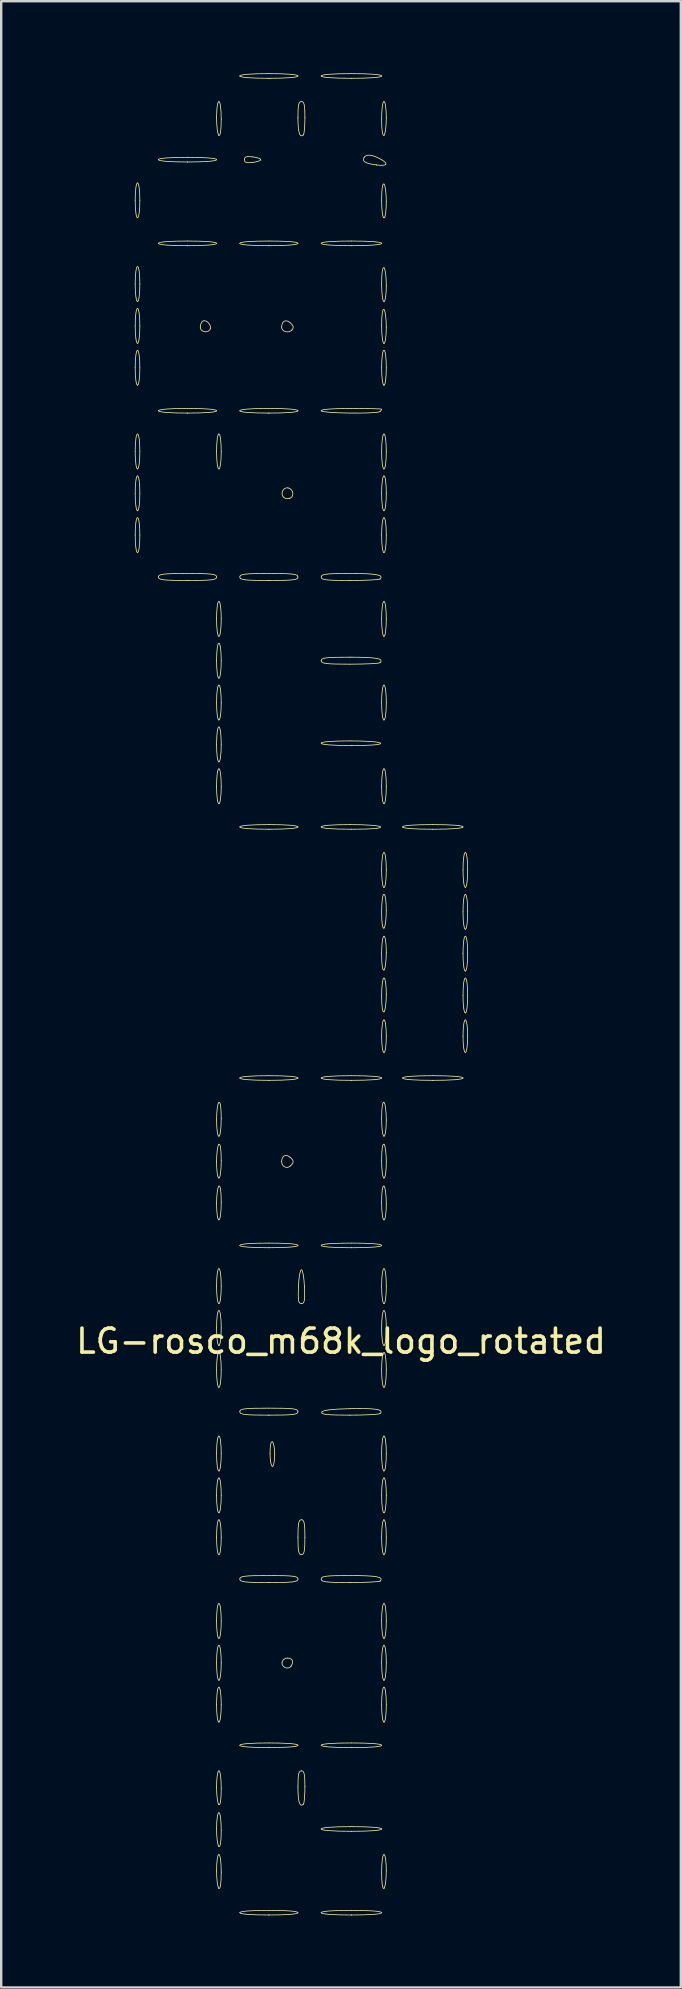
<source format=kicad_pcb>
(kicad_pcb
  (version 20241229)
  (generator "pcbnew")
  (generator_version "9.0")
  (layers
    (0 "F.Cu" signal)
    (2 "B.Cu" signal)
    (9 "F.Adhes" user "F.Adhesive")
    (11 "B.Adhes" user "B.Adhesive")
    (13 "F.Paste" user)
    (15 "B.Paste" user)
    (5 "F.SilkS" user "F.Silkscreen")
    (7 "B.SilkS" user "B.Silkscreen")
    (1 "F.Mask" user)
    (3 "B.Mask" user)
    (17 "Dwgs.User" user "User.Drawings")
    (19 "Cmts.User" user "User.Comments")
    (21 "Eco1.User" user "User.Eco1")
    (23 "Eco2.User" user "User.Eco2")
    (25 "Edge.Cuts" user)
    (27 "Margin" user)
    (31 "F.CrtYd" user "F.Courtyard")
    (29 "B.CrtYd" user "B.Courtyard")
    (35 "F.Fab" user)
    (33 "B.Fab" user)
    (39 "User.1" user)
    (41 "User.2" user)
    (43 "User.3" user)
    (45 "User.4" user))
  (footprint "LG-rosco_m68k_logo_rotated"
    (layer "F.Cu")
    (at 11.149 41.364)
    (property "Reference" "LG-rosco_m68k_logo_rotated" (at 0 11.43 0) (layer "F.SilkS") (effects (font (size 1 1) (thickness 0.15))))
    (attr through_hole)
    (fp_line (start -8.473 -35.346) (end -8.473 -35.346) (stroke (width 0.032) (type solid)) (layer "F.SilkS"))
    (fp_line (start -8.473 -31.861) (end -8.473 -31.861) (stroke (width 0.032) (type solid)) (layer "F.SilkS"))
    (fp_line (start -8.473 -30.118) (end -8.473 -30.118) (stroke (width 0.032) (type solid)) (layer "F.SilkS"))
    (fp_line (start -8.473 -28.376) (end -8.473 -28.376) (stroke (width 0.032) (type solid)) (layer "F.SilkS"))
    (fp_line (start -8.473 -24.891) (end -8.473 -24.891) (stroke (width 0.032) (type solid)) (layer "F.SilkS"))
    (fp_line (start -8.473 -23.148) (end -8.473 -23.148) (stroke (width 0.032) (type solid)) (layer "F.SilkS"))
    (fp_line (start -8.473 -21.406) (end -8.473 -21.406) (stroke (width 0.032) (type solid)) (layer "F.SilkS"))
    (fp_line (start -6.391 -37.669) (end -6.391 -37.669) (stroke (width 0.032) (type solid)) (layer "F.SilkS"))
    (fp_line (start -6.391 -34.184) (end -6.391 -34.184) (stroke (width 0.032) (type solid)) (layer "F.SilkS"))
    (fp_line (start -6.391 -27.214) (end -6.391 -27.214) (stroke (width 0.032) (type solid)) (layer "F.SilkS"))
    (fp_line (start -6.391 -20.244) (end -6.391 -20.244) (stroke (width 0.032) (type solid)) (layer "F.SilkS"))
    (fp_line (start -5.443 -30.724) (end -5.443 -30.724) (stroke (width 0.032) (type solid)) (layer "F.SilkS"))
    (fp_line (start -5.085 -38.783) (end -5.085 -38.783) (stroke (width 0.032) (type solid)) (layer "F.SilkS"))
    (fp_line (start -5.085 -24.891) (end -5.085 -24.891) (stroke (width 0.032) (type solid)) (layer "F.SilkS"))
    (fp_line (start -5.085 -17.921) (end -5.085 -17.921) (stroke (width 0.032) (type solid)) (layer "F.SilkS"))
    (fp_line (start -5.085 -16.178) (end -5.085 -16.178) (stroke (width 0.032) (type solid)) (layer "F.SilkS"))
    (fp_line (start -5.085 -14.436) (end -5.085 -14.436) (stroke (width 0.032) (type solid)) (layer "F.SilkS"))
    (fp_line (start -5.085 -12.693) (end -5.085 -12.693) (stroke (width 0.032) (type solid)) (layer "F.SilkS"))
    (fp_line (start -5.085 -10.951) (end -5.085 -10.951) (stroke (width 0.032) (type solid)) (layer "F.SilkS"))
    (fp_line (start -5.085 2.893) (end -5.085 2.893) (stroke (width 0.032) (type solid)) (layer "F.SilkS"))
    (fp_line (start -5.085 4.635) (end -5.085 4.635) (stroke (width 0.032) (type solid)) (layer "F.SilkS"))
    (fp_line (start -5.085 6.378) (end -5.085 6.378) (stroke (width 0.032) (type solid)) (layer "F.SilkS"))
    (fp_line (start -5.085 9.863) (end -5.085 9.863) (stroke (width 0.032) (type solid)) (layer "F.SilkS"))
    (fp_line (start -5.085 11.605) (end -5.085 11.605) (stroke (width 0.032) (type solid)) (layer "F.SilkS"))
    (fp_line (start -5.085 13.348) (end -5.085 13.348) (stroke (width 0.032) (type solid)) (layer "F.SilkS"))
    (fp_line (start -5.085 16.833) (end -5.085 16.833) (stroke (width 0.032) (type solid)) (layer "F.SilkS"))
    (fp_line (start -5.085 18.575) (end -5.085 18.575) (stroke (width 0.032) (type solid)) (layer "F.SilkS"))
    (fp_line (start -5.085 20.318) (end -5.085 20.318) (stroke (width 0.032) (type solid)) (layer "F.SilkS"))
    (fp_line (start -5.085 23.803) (end -5.085 23.803) (stroke (width 0.032) (type solid)) (layer "F.SilkS"))
    (fp_line (start -5.085 25.546) (end -5.085 25.546) (stroke (width 0.032) (type solid)) (layer "F.SilkS"))
    (fp_line (start -5.085 27.288) (end -5.085 27.288) (stroke (width 0.032) (type solid)) (layer "F.SilkS"))
    (fp_line (start -5.085 30.725) (end -5.085 30.725) (stroke (width 0.032) (type solid)) (layer "F.SilkS"))
    (fp_line (start -5.085 32.467) (end -5.085 32.467) (stroke (width 0.032) (type solid)) (layer "F.SilkS"))
    (fp_line (start -5.085 34.21) (end -5.085 34.21) (stroke (width 0.032) (type solid)) (layer "F.SilkS"))
    (fp_line (start -3.681 -37.651) (end -3.681 -37.651) (stroke (width 0.032) (type solid)) (layer "F.SilkS"))
    (fp_line (start -3.003 -41.154) (end -3.003 -41.154) (stroke (width 0.032) (type solid)) (layer "F.SilkS"))
    (fp_line (start -3.003 -34.184) (end -3.003 -34.184) (stroke (width 0.032) (type solid)) (layer "F.SilkS"))
    (fp_line (start -3.003 -27.214) (end -3.003 -27.214) (stroke (width 0.032) (type solid)) (layer "F.SilkS"))
    (fp_line (start -3.003 -20.244) (end -3.003 -20.244) (stroke (width 0.032) (type solid)) (layer "F.SilkS"))
    (fp_line (start -3.003 -9.886) (end -3.003 -9.886) (stroke (width 0.032) (type solid)) (layer "F.SilkS"))
    (fp_line (start -3.003 0.569) (end -3.003 0.569) (stroke (width 0.032) (type solid)) (layer "F.SilkS"))
    (fp_line (start -3.003 7.539) (end -3.003 7.539) (stroke (width 0.032) (type solid)) (layer "F.SilkS"))
    (fp_line (start -3.003 14.51) (end -3.003 14.51) (stroke (width 0.032) (type solid)) (layer "F.SilkS"))
    (fp_line (start -3.003 21.48) (end -3.003 21.48) (stroke (width 0.032) (type solid)) (layer "F.SilkS"))
    (fp_line (start -3.003 28.353) (end -3.003 28.353) (stroke (width 0.032) (type solid)) (layer "F.SilkS"))
    (fp_line (start -3.003 35.323) (end -3.003 35.323) (stroke (width 0.032) (type solid)) (layer "F.SilkS"))
    (fp_line (start -2.858 16.639) (end -2.858 16.639) (stroke (width 0.032) (type solid)) (layer "F.SilkS"))
    (fp_line (start -2.131 -23.668) (end -2.131 -23.668) (stroke (width 0.032) (type solid)) (layer "F.SilkS"))
    (fp_line (start -2.095 4.124) (end -2.095 4.124) (stroke (width 0.032) (type solid)) (layer "F.SilkS"))
    (fp_line (start -2.075 24.955) (end -2.075 24.955) (stroke (width 0.032) (type solid)) (layer "F.SilkS"))
    (fp_line (start -2.051 -30.667) (end -2.051 -30.667) (stroke (width 0.032) (type solid)) (layer "F.SilkS"))
    (fp_line (start -1.648 9.863) (end -1.648 9.863) (stroke (width 0.032) (type solid)) (layer "F.SilkS"))
    (fp_line (start -1.648 20.318) (end -1.648 20.318) (stroke (width 0.032) (type solid)) (layer "F.SilkS"))
    (fp_line (start -1.565 -38.801) (end -1.565 -38.801) (stroke (width 0.032) (type solid)) (layer "F.SilkS"))
    (fp_line (start -1.565 30.706) (end -1.565 30.706) (stroke (width 0.032) (type solid)) (layer "F.SilkS"))
    (fp_line (start 0.433 28.353) (end 0.433 28.353) (stroke (width 0.032) (type solid)) (layer "F.SilkS"))
    (fp_line (start 0.433 31.838) (end 0.433 31.838) (stroke (width 0.032) (type solid)) (layer "F.SilkS"))
    (fp_line (start 0.433 35.323) (end 0.433 35.323) (stroke (width 0.032) (type solid)) (layer "F.SilkS"))
    (fp_line (start 0.434 -41.154) (end 0.434 -41.154) (stroke (width 0.032) (type solid)) (layer "F.SilkS"))
    (fp_line (start 0.434 -34.184) (end 0.434 -34.184) (stroke (width 0.032) (type solid)) (layer "F.SilkS"))
    (fp_line (start 0.434 0.569) (end 0.434 0.569) (stroke (width 0.032) (type solid)) (layer "F.SilkS"))
    (fp_line (start 0.434 7.539) (end 0.434 7.539) (stroke (width 0.032) (type solid)) (layer "F.SilkS"))
    (fp_line (start 0.44 -13.371) (end 0.44 -13.371) (stroke (width 0.032) (type solid)) (layer "F.SilkS"))
    (fp_line (start 0.44 -9.886) (end 0.44 -9.886) (stroke (width 0.032) (type solid)) (layer "F.SilkS"))
    (fp_line (start 1.474 -37.546) (end 1.474 -37.546) (stroke (width 0.032) (type solid)) (layer "F.SilkS"))
    (fp_line (start 1.625 21.418) (end 1.625 21.418) (stroke (width 0.032) (type solid)) (layer "F.SilkS"))
    (fp_line (start 1.625 -20.306) (end 1.625 -20.306) (stroke (width 0.032) (type solid)) (layer "F.SilkS"))
    (fp_line (start 1.625 -16.821) (end 1.625 -16.821) (stroke (width 0.032) (type solid)) (layer "F.SilkS"))
    (fp_line (start 1.628 -27.279) (end 1.627 -27.279) (stroke (width 0.032) (type solid)) (layer "F.SilkS"))
    (fp_line (start 1.629 14.443) (end 1.629 14.443) (stroke (width 0.032) (type solid)) (layer "F.SilkS"))
    (fp_line (start 1.789 -38.783) (end 1.789 -38.783) (stroke (width 0.032) (type solid)) (layer "F.SilkS"))
    (fp_line (start 1.789 -35.346) (end 1.789 -35.346) (stroke (width 0.032) (type solid)) (layer "F.SilkS"))
    (fp_line (start 1.789 -31.861) (end 1.789 -31.861) (stroke (width 0.032) (type solid)) (layer "F.SilkS"))
    (fp_line (start 1.789 -30.118) (end 1.789 -30.118) (stroke (width 0.032) (type solid)) (layer "F.SilkS"))
    (fp_line (start 1.789 -28.376) (end 1.789 -28.376) (stroke (width 0.032) (type solid)) (layer "F.SilkS"))
    (fp_line (start 1.789 -24.891) (end 1.789 -24.891) (stroke (width 0.032) (type solid)) (layer "F.SilkS"))
    (fp_line (start 1.789 -23.148) (end 1.789 -23.148) (stroke (width 0.032) (type solid)) (layer "F.SilkS"))
    (fp_line (start 1.789 -21.406) (end 1.789 -21.406) (stroke (width 0.032) (type solid)) (layer "F.SilkS"))
    (fp_line (start 1.789 -17.921) (end 1.789 -17.921) (stroke (width 0.032) (type solid)) (layer "F.SilkS"))
    (fp_line (start 1.789 -14.436) (end 1.789 -14.436) (stroke (width 0.032) (type solid)) (layer "F.SilkS"))
    (fp_line (start 1.789 -10.951) (end 1.789 -10.951) (stroke (width 0.032) (type solid)) (layer "F.SilkS"))
    (fp_line (start 1.789 -7.466) (end 1.789 -7.466) (stroke (width 0.032) (type solid)) (layer "F.SilkS"))
    (fp_line (start 1.789 -5.772) (end 1.789 -5.772) (stroke (width 0.032) (type solid)) (layer "F.SilkS"))
    (fp_line (start 1.789 -4.029) (end 1.789 -4.029) (stroke (width 0.032) (type solid)) (layer "F.SilkS"))
    (fp_line (start 1.789 -2.286) (end 1.789 -2.286) (stroke (width 0.032) (type solid)) (layer "F.SilkS"))
    (fp_line (start 1.789 -0.592) (end 1.789 -0.592) (stroke (width 0.032) (type solid)) (layer "F.SilkS"))
    (fp_line (start 1.789 2.893) (end 1.789 2.893) (stroke (width 0.032) (type solid)) (layer "F.SilkS"))
    (fp_line (start 1.789 4.635) (end 1.789 4.635) (stroke (width 0.032) (type solid)) (layer "F.SilkS"))
    (fp_line (start 1.789 6.378) (end 1.789 6.378) (stroke (width 0.032) (type solid)) (layer "F.SilkS"))
    (fp_line (start 1.789 9.863) (end 1.789 9.863) (stroke (width 0.032) (type solid)) (layer "F.SilkS"))
    (fp_line (start 1.789 11.605) (end 1.789 11.605) (stroke (width 0.032) (type solid)) (layer "F.SilkS"))
    (fp_line (start 1.789 13.348) (end 1.789 13.348) (stroke (width 0.032) (type solid)) (layer "F.SilkS"))
    (fp_line (start 1.789 16.833) (end 1.789 16.833) (stroke (width 0.032) (type solid)) (layer "F.SilkS"))
    (fp_line (start 1.789 18.575) (end 1.789 18.575) (stroke (width 0.032) (type solid)) (layer "F.SilkS"))
    (fp_line (start 1.789 20.318) (end 1.789 20.318) (stroke (width 0.032) (type solid)) (layer "F.SilkS"))
    (fp_line (start 1.789 23.803) (end 1.789 23.803) (stroke (width 0.032) (type solid)) (layer "F.SilkS"))
    (fp_line (start 1.789 25.546) (end 1.789 25.546) (stroke (width 0.032) (type solid)) (layer "F.SilkS"))
    (fp_line (start 1.789 27.288) (end 1.789 27.288) (stroke (width 0.032) (type solid)) (layer "F.SilkS"))
    (fp_line (start 1.789 34.21) (end 1.789 34.21) (stroke (width 0.032) (type solid)) (layer "F.SilkS"))
    (fp_line (start 3.822 -9.886) (end 3.822 -9.886) (stroke (width 0.032) (type solid)) (layer "F.SilkS"))
    (fp_line (start 3.822 0.569) (end 3.822 0.569) (stroke (width 0.032) (type solid)) (layer "F.SilkS"))
    (fp_line (start 5.177 -7.466) (end 5.177 -7.466) (stroke (width 0.032) (type solid)) (layer "F.SilkS"))
    (fp_line (start 5.177 -5.723) (end 5.177 -5.723) (stroke (width 0.032) (type solid)) (layer "F.SilkS"))
    (fp_line (start 5.177 -3.981) (end 5.177 -3.981) (stroke (width 0.032) (type solid)) (layer "F.SilkS"))
    (fp_line (start 5.177 -2.238) (end 5.177 -2.238) (stroke (width 0.032) (type solid)) (layer "F.SilkS"))
    (fp_line (start 5.177 -0.592) (end 5.177 -0.592) (stroke (width 0.032) (type solid)) (layer "F.SilkS"))
    (fp_curve (pts (xy -8.57 -36.072) (xy -8.57 -36.492) (xy -8.529 -36.798) (xy -8.473 -36.798)) (stroke (width 0.032) (type solid)) (layer "F.SilkS"))
    (fp_curve (pts (xy -8.57 -32.587) (xy -8.57 -33.007) (xy -8.529 -33.313) (xy -8.473 -33.313)) (stroke (width 0.032) (type solid)) (layer "F.SilkS"))
    (fp_curve (pts (xy -8.57 -30.845) (xy -8.57 -31.264) (xy -8.529 -31.571) (xy -8.473 -31.571)) (stroke (width 0.032) (type solid)) (layer "F.SilkS"))
    (fp_curve (pts (xy -8.57 -29.102) (xy -8.57 -29.522) (xy -8.529 -29.828) (xy -8.473 -29.828)) (stroke (width 0.032) (type solid)) (layer "F.SilkS"))
    (fp_curve (pts (xy -8.57 -25.617) (xy -8.57 -26.036) (xy -8.529 -26.343) (xy -8.473 -26.343)) (stroke (width 0.032) (type solid)) (layer "F.SilkS"))
    (fp_curve (pts (xy -8.57 -23.874) (xy -8.57 -24.294) (xy -8.529 -24.6) (xy -8.473 -24.6)) (stroke (width 0.032) (type solid)) (layer "F.SilkS"))
    (fp_curve (pts (xy -8.57 -22.132) (xy -8.57 -22.551) (xy -8.529 -22.858) (xy -8.473 -22.858)) (stroke (width 0.032) (type solid)) (layer "F.SilkS"))
    (fp_curve (pts (xy -8.473 -36.798) (xy -8.417 -36.798) (xy -8.376 -36.492) (xy -8.376 -36.072)) (stroke (width 0.032) (type solid)) (layer "F.SilkS"))
    (fp_curve (pts (xy -8.473 -35.346) (xy -8.529 -35.346) (xy -8.57 -35.653) (xy -8.57 -36.072)) (stroke (width 0.032) (type solid)) (layer "F.SilkS"))
    (fp_curve (pts (xy -8.473 -33.313) (xy -8.417 -33.313) (xy -8.376 -33.007) (xy -8.376 -32.587)) (stroke (width 0.032) (type solid)) (layer "F.SilkS"))
    (fp_curve (pts (xy -8.473 -31.861) (xy -8.529 -31.861) (xy -8.57 -32.168) (xy -8.57 -32.587)) (stroke (width 0.032) (type solid)) (layer "F.SilkS"))
    (fp_curve (pts (xy -8.473 -31.571) (xy -8.417 -31.571) (xy -8.376 -31.264) (xy -8.376 -30.845)) (stroke (width 0.032) (type solid)) (layer "F.SilkS"))
    (fp_curve (pts (xy -8.473 -30.118) (xy -8.529 -30.118) (xy -8.57 -30.425) (xy -8.57 -30.845)) (stroke (width 0.032) (type solid)) (layer "F.SilkS"))
    (fp_curve (pts (xy -8.473 -29.828) (xy -8.417 -29.828) (xy -8.376 -29.522) (xy -8.376 -29.102)) (stroke (width 0.032) (type solid)) (layer "F.SilkS"))
    (fp_curve (pts (xy -8.473 -28.376) (xy -8.529 -28.376) (xy -8.57 -28.683) (xy -8.57 -29.102)) (stroke (width 0.032) (type solid)) (layer "F.SilkS"))
    (fp_curve (pts (xy -8.473 -26.343) (xy -8.417 -26.343) (xy -8.376 -26.036) (xy -8.376 -25.617)) (stroke (width 0.032) (type solid)) (layer "F.SilkS"))
    (fp_curve (pts (xy -8.473 -24.891) (xy -8.529 -24.891) (xy -8.57 -25.197) (xy -8.57 -25.617)) (stroke (width 0.032) (type solid)) (layer "F.SilkS"))
    (fp_curve (pts (xy -8.473 -24.6) (xy -8.417 -24.6) (xy -8.376 -24.294) (xy -8.376 -23.874)) (stroke (width 0.032) (type solid)) (layer "F.SilkS"))
    (fp_curve (pts (xy -8.473 -23.148) (xy -8.529 -23.148) (xy -8.57 -23.455) (xy -8.57 -23.874)) (stroke (width 0.032) (type solid)) (layer "F.SilkS"))
    (fp_curve (pts (xy -8.473 -22.858) (xy -8.417 -22.858) (xy -8.376 -22.551) (xy -8.376 -22.132)) (stroke (width 0.032) (type solid)) (layer "F.SilkS"))
    (fp_curve (pts (xy -8.473 -21.406) (xy -8.529 -21.406) (xy -8.57 -21.712) (xy -8.57 -22.132)) (stroke (width 0.032) (type solid)) (layer "F.SilkS"))
    (fp_curve (pts (xy -8.376 -36.072) (xy -8.376 -35.653) (xy -8.417 -35.346) (xy -8.473 -35.346)) (stroke (width 0.032) (type solid)) (layer "F.SilkS"))
    (fp_curve (pts (xy -8.376 -32.587) (xy -8.376 -32.168) (xy -8.417 -31.861) (xy -8.473 -31.861)) (stroke (width 0.032) (type solid)) (layer "F.SilkS"))
    (fp_curve (pts (xy -8.376 -30.845) (xy -8.376 -30.425) (xy -8.417 -30.118) (xy -8.473 -30.118)) (stroke (width 0.032) (type solid)) (layer "F.SilkS"))
    (fp_curve (pts (xy -8.376 -29.102) (xy -8.376 -28.683) (xy -8.417 -28.376) (xy -8.473 -28.376)) (stroke (width 0.032) (type solid)) (layer "F.SilkS"))
    (fp_curve (pts (xy -8.376 -25.617) (xy -8.376 -25.197) (xy -8.417 -24.891) (xy -8.473 -24.891)) (stroke (width 0.032) (type solid)) (layer "F.SilkS"))
    (fp_curve (pts (xy -8.376 -23.874) (xy -8.376 -23.455) (xy -8.417 -23.148) (xy -8.473 -23.148)) (stroke (width 0.032) (type solid)) (layer "F.SilkS"))
    (fp_curve (pts (xy -8.376 -22.132) (xy -8.376 -21.712) (xy -8.417 -21.406) (xy -8.473 -21.406)) (stroke (width 0.032) (type solid)) (layer "F.SilkS"))
    (fp_curve (pts (xy -7.602 -37.766) (xy -7.602 -37.826) (xy -7.134 -37.863) (xy -6.391 -37.863)) (stroke (width 0.032) (type solid)) (layer "F.SilkS"))
    (fp_curve (pts (xy -7.602 -34.281) (xy -7.602 -34.341) (xy -7.134 -34.378) (xy -6.391 -34.378)) (stroke (width 0.032) (type solid)) (layer "F.SilkS"))
    (fp_curve (pts (xy -7.602 -27.311) (xy -7.602 -27.37) (xy -7.134 -27.408) (xy -6.391 -27.408)) (stroke (width 0.032) (type solid)) (layer "F.SilkS"))
    (fp_curve (pts (xy -7.602 -20.389) (xy -7.602 -20.511) (xy -7.403 -20.535) (xy -6.391 -20.535)) (stroke (width 0.032) (type solid)) (layer "F.SilkS"))
    (fp_curve (pts (xy -6.391 -37.863) (xy -5.649 -37.863) (xy -5.181 -37.826) (xy -5.181 -37.766)) (stroke (width 0.032) (type solid)) (layer "F.SilkS"))
    (fp_curve (pts (xy -6.391 -37.669) (xy -7.134 -37.669) (xy -7.602 -37.707) (xy -7.602 -37.766)) (stroke (width 0.032) (type solid)) (layer "F.SilkS"))
    (fp_curve (pts (xy -6.391 -34.378) (xy -5.649 -34.378) (xy -5.181 -34.341) (xy -5.181 -34.281)) (stroke (width 0.032) (type solid)) (layer "F.SilkS"))
    (fp_curve (pts (xy -6.391 -34.184) (xy -7.134 -34.184) (xy -7.602 -34.222) (xy -7.602 -34.281)) (stroke (width 0.032) (type solid)) (layer "F.SilkS"))
    (fp_curve (pts (xy -6.391 -27.408) (xy -5.649 -27.408) (xy -5.181 -27.37) (xy -5.181 -27.311)) (stroke (width 0.032) (type solid)) (layer "F.SilkS"))
    (fp_curve (pts (xy -6.391 -27.214) (xy -7.134 -27.214) (xy -7.602 -27.252) (xy -7.602 -27.311)) (stroke (width 0.032) (type solid)) (layer "F.SilkS"))
    (fp_curve (pts (xy -6.391 -20.535) (xy -5.38 -20.535) (xy -5.181 -20.511) (xy -5.181 -20.389)) (stroke (width 0.032) (type solid)) (layer "F.SilkS"))
    (fp_curve (pts (xy -6.391 -20.244) (xy -7.403 -20.244) (xy -7.602 -20.268) (xy -7.602 -20.389)) (stroke (width 0.032) (type solid)) (layer "F.SilkS"))
    (fp_curve (pts (xy -5.859 -30.79) (xy -5.859 -30.894) (xy -5.811 -31.008) (xy -5.753 -31.044)) (stroke (width 0.032) (type solid)) (layer "F.SilkS"))
    (fp_curve (pts (xy -5.753 -31.044) (xy -5.618 -31.127) (xy -5.384 -30.884) (xy -5.443 -30.724)) (stroke (width 0.032) (type solid)) (layer "F.SilkS"))
    (fp_curve (pts (xy -5.443 -30.724) (xy -5.517 -30.524) (xy -5.859 -30.578) (xy -5.859 -30.79)) (stroke (width 0.032) (type solid)) (layer "F.SilkS"))
    (fp_curve (pts (xy -5.181 -39.514) (xy -5.181 -39.898) (xy -5.14 -40.186) (xy -5.085 -40.186)) (stroke (width 0.032) (type solid)) (layer "F.SilkS"))
    (fp_curve (pts (xy -5.181 -25.617) (xy -5.181 -26.036) (xy -5.141 -26.343) (xy -5.085 -26.343)) (stroke (width 0.032) (type solid)) (layer "F.SilkS"))
    (fp_curve (pts (xy -5.181 -18.647) (xy -5.181 -19.066) (xy -5.141 -19.373) (xy -5.085 -19.373)) (stroke (width 0.032) (type solid)) (layer "F.SilkS"))
    (fp_curve (pts (xy -5.181 -16.904) (xy -5.181 -17.324) (xy -5.141 -17.63) (xy -5.085 -17.63)) (stroke (width 0.032) (type solid)) (layer "F.SilkS"))
    (fp_curve (pts (xy -5.181 -15.162) (xy -5.181 -15.581) (xy -5.141 -15.888) (xy -5.085 -15.888)) (stroke (width 0.032) (type solid)) (layer "F.SilkS"))
    (fp_curve (pts (xy -5.181 -13.419) (xy -5.181 -13.839) (xy -5.141 -14.145) (xy -5.085 -14.145)) (stroke (width 0.032) (type solid)) (layer "F.SilkS"))
    (fp_curve (pts (xy -5.181 -11.677) (xy -5.181 -12.096) (xy -5.141 -12.403) (xy -5.085 -12.403)) (stroke (width 0.032) (type solid)) (layer "F.SilkS"))
    (fp_curve (pts (xy -5.181 2.221) (xy -5.181 1.851) (xy -5.138 1.522) (xy -5.085 1.489)) (stroke (width 0.032) (type solid)) (layer "F.SilkS"))
    (fp_curve (pts (xy -5.181 3.963) (xy -5.181 3.594) (xy -5.138 3.264) (xy -5.085 3.232)) (stroke (width 0.032) (type solid)) (layer "F.SilkS"))
    (fp_curve (pts (xy -5.181 5.706) (xy -5.181 5.336) (xy -5.138 5.007) (xy -5.085 4.974)) (stroke (width 0.032) (type solid)) (layer "F.SilkS"))
    (fp_curve (pts (xy -5.181 9.137) (xy -5.181 8.717) (xy -5.141 8.411) (xy -5.085 8.411)) (stroke (width 0.032) (type solid)) (layer "F.SilkS"))
    (fp_curve (pts (xy -5.181 10.879) (xy -5.181 10.46) (xy -5.141 10.153) (xy -5.085 10.153)) (stroke (width 0.032) (type solid)) (layer "F.SilkS"))
    (fp_curve (pts (xy -5.181 12.622) (xy -5.181 12.202) (xy -5.141 11.896) (xy -5.085 11.896)) (stroke (width 0.032) (type solid)) (layer "F.SilkS"))
    (fp_curve (pts (xy -5.181 16.107) (xy -5.181 15.687) (xy -5.141 15.381) (xy -5.085 15.381)) (stroke (width 0.032) (type solid)) (layer "F.SilkS"))
    (fp_curve (pts (xy -5.181 17.849) (xy -5.181 17.43) (xy -5.141 17.123) (xy -5.085 17.123)) (stroke (width 0.032) (type solid)) (layer "F.SilkS"))
    (fp_curve (pts (xy -5.181 19.592) (xy -5.181 19.172) (xy -5.141 18.866) (xy -5.085 18.866)) (stroke (width 0.032) (type solid)) (layer "F.SilkS"))
    (fp_curve (pts (xy -5.181 23.077) (xy -5.181 22.657) (xy -5.141 22.351) (xy -5.085 22.351)) (stroke (width 0.032) (type solid)) (layer "F.SilkS"))
    (fp_curve (pts (xy -5.181 24.819) (xy -5.181 24.4) (xy -5.141 24.093) (xy -5.085 24.093)) (stroke (width 0.032) (type solid)) (layer "F.SilkS"))
    (fp_curve (pts (xy -5.181 26.562) (xy -5.181 26.143) (xy -5.141 25.836) (xy -5.085 25.836)) (stroke (width 0.032) (type solid)) (layer "F.SilkS"))
    (fp_curve (pts (xy -5.181 29.993) (xy -5.181 29.61) (xy -5.14 29.321) (xy -5.085 29.321)) (stroke (width 0.032) (type solid)) (layer "F.SilkS"))
    (fp_curve (pts (xy -5.181 31.735) (xy -5.181 31.352) (xy -5.14 31.064) (xy -5.085 31.064)) (stroke (width 0.032) (type solid)) (layer "F.SilkS"))
    (fp_curve (pts (xy -5.181 33.478) (xy -5.181 33.095) (xy -5.14 32.806) (xy -5.085 32.806)) (stroke (width 0.032) (type solid)) (layer "F.SilkS"))
    (fp_curve (pts (xy -5.181 -37.766) (xy -5.181 -37.707) (xy -5.649 -37.669) (xy -6.391 -37.669)) (stroke (width 0.032) (type solid)) (layer "F.SilkS"))
    (fp_curve (pts (xy -5.181 -34.281) (xy -5.181 -34.222) (xy -5.649 -34.184) (xy -6.391 -34.184)) (stroke (width 0.032) (type solid)) (layer "F.SilkS"))
    (fp_curve (pts (xy -5.181 -27.311) (xy -5.181 -27.252) (xy -5.649 -27.214) (xy -6.391 -27.214)) (stroke (width 0.032) (type solid)) (layer "F.SilkS"))
    (fp_curve (pts (xy -5.181 -20.389) (xy -5.181 -20.268) (xy -5.38 -20.244) (xy -6.391 -20.244)) (stroke (width 0.032) (type solid)) (layer "F.SilkS"))
    (fp_curve (pts (xy -5.085 -40.186) (xy -5.029 -40.186) (xy -4.988 -39.878) (xy -4.988 -39.455)) (stroke (width 0.032) (type solid)) (layer "F.SilkS"))
    (fp_curve (pts (xy -5.085 -38.783) (xy -5.138 -38.816) (xy -5.181 -39.145) (xy -5.181 -39.514)) (stroke (width 0.032) (type solid)) (layer "F.SilkS"))
    (fp_curve (pts (xy -5.085 -26.343) (xy -5.029 -26.343) (xy -4.988 -26.036) (xy -4.988 -25.617)) (stroke (width 0.032) (type solid)) (layer "F.SilkS"))
    (fp_curve (pts (xy -5.085 -24.891) (xy -5.141 -24.891) (xy -5.181 -25.197) (xy -5.181 -25.617)) (stroke (width 0.032) (type solid)) (layer "F.SilkS"))
    (fp_curve (pts (xy -5.085 -19.373) (xy -5.029 -19.373) (xy -4.988 -19.066) (xy -4.988 -18.647)) (stroke (width 0.032) (type solid)) (layer "F.SilkS"))
    (fp_curve (pts (xy -5.085 -17.921) (xy -5.141 -17.921) (xy -5.181 -18.227) (xy -5.181 -18.647)) (stroke (width 0.032) (type solid)) (layer "F.SilkS"))
    (fp_curve (pts (xy -5.085 -17.63) (xy -5.029 -17.63) (xy -4.988 -17.324) (xy -4.988 -16.904)) (stroke (width 0.032) (type solid)) (layer "F.SilkS"))
    (fp_curve (pts (xy -5.085 -16.178) (xy -5.141 -16.178) (xy -5.181 -16.485) (xy -5.181 -16.904)) (stroke (width 0.032) (type solid)) (layer "F.SilkS"))
    (fp_curve (pts (xy -5.085 -15.888) (xy -5.029 -15.888) (xy -4.988 -15.581) (xy -4.988 -15.162)) (stroke (width 0.032) (type solid)) (layer "F.SilkS"))
    (fp_curve (pts (xy -5.085 -14.436) (xy -5.141 -14.436) (xy -5.181 -14.742) (xy -5.181 -15.162)) (stroke (width 0.032) (type solid)) (layer "F.SilkS"))
    (fp_curve (pts (xy -5.085 -14.145) (xy -5.029 -14.145) (xy -4.988 -13.839) (xy -4.988 -13.419)) (stroke (width 0.032) (type solid)) (layer "F.SilkS"))
    (fp_curve (pts (xy -5.085 -12.693) (xy -5.141 -12.693) (xy -5.181 -13) (xy -5.181 -13.419)) (stroke (width 0.032) (type solid)) (layer "F.SilkS"))
    (fp_curve (pts (xy -5.085 -12.403) (xy -5.029 -12.403) (xy -4.988 -12.096) (xy -4.988 -11.677)) (stroke (width 0.032) (type solid)) (layer "F.SilkS"))
    (fp_curve (pts (xy -5.085 -10.951) (xy -5.141 -10.951) (xy -5.181 -11.257) (xy -5.181 -11.677)) (stroke (width 0.032) (type solid)) (layer "F.SilkS"))
    (fp_curve (pts (xy -5.085 1.489) (xy -5.023 1.451) (xy -4.988 1.698) (xy -4.988 2.161)) (stroke (width 0.032) (type solid)) (layer "F.SilkS"))
    (fp_curve (pts (xy -5.085 2.893) (xy -5.14 2.893) (xy -5.181 2.604) (xy -5.181 2.221)) (stroke (width 0.032) (type solid)) (layer "F.SilkS"))
    (fp_curve (pts (xy -5.085 3.232) (xy -5.023 3.194) (xy -4.988 3.44) (xy -4.988 3.903)) (stroke (width 0.032) (type solid)) (layer "F.SilkS"))
    (fp_curve (pts (xy -5.085 4.635) (xy -5.14 4.635) (xy -5.181 4.347) (xy -5.181 3.963)) (stroke (width 0.032) (type solid)) (layer "F.SilkS"))
    (fp_curve (pts (xy -5.085 4.974) (xy -5.023 4.936) (xy -4.988 5.183) (xy -4.988 5.646)) (stroke (width 0.032) (type solid)) (layer "F.SilkS"))
    (fp_curve (pts (xy -5.085 6.378) (xy -5.14 6.378) (xy -5.181 6.089) (xy -5.181 5.706)) (stroke (width 0.032) (type solid)) (layer "F.SilkS"))
    (fp_curve (pts (xy -5.085 8.411) (xy -5.029 8.411) (xy -4.988 8.717) (xy -4.988 9.137)) (stroke (width 0.032) (type solid)) (layer "F.SilkS"))
    (fp_curve (pts (xy -5.085 9.863) (xy -5.141 9.863) (xy -5.181 9.556) (xy -5.181 9.137)) (stroke (width 0.032) (type solid)) (layer "F.SilkS"))
    (fp_curve (pts (xy -5.085 10.153) (xy -5.029 10.153) (xy -4.988 10.46) (xy -4.988 10.879)) (stroke (width 0.032) (type solid)) (layer "F.SilkS"))
    (fp_curve (pts (xy -5.085 11.605) (xy -5.141 11.605) (xy -5.181 11.299) (xy -5.181 10.879)) (stroke (width 0.032) (type solid)) (layer "F.SilkS"))
    (fp_curve (pts (xy -5.085 11.896) (xy -5.029 11.896) (xy -4.988 12.202) (xy -4.988 12.622)) (stroke (width 0.032) (type solid)) (layer "F.SilkS"))
    (fp_curve (pts (xy -5.085 13.348) (xy -5.141 13.348) (xy -5.181 13.041) (xy -5.181 12.622)) (stroke (width 0.032) (type solid)) (layer "F.SilkS"))
    (fp_curve (pts (xy -5.085 15.381) (xy -5.029 15.381) (xy -4.988 15.687) (xy -4.988 16.107)) (stroke (width 0.032) (type solid)) (layer "F.SilkS"))
    (fp_curve (pts (xy -5.085 16.833) (xy -5.141 16.833) (xy -5.181 16.526) (xy -5.181 16.107)) (stroke (width 0.032) (type solid)) (layer "F.SilkS"))
    (fp_curve (pts (xy -5.085 17.123) (xy -5.029 17.123) (xy -4.988 17.43) (xy -4.988 17.849)) (stroke (width 0.032) (type solid)) (layer "F.SilkS"))
    (fp_curve (pts (xy -5.085 18.575) (xy -5.141 18.575) (xy -5.181 18.269) (xy -5.181 17.849)) (stroke (width 0.032) (type solid)) (layer "F.SilkS"))
    (fp_curve (pts (xy -5.085 18.866) (xy -5.029 18.866) (xy -4.988 19.172) (xy -4.988 19.592)) (stroke (width 0.032) (type solid)) (layer "F.SilkS"))
    (fp_curve (pts (xy -5.085 20.318) (xy -5.141 20.318) (xy -5.181 20.011) (xy -5.181 19.592)) (stroke (width 0.032) (type solid)) (layer "F.SilkS"))
    (fp_curve (pts (xy -5.085 22.351) (xy -5.029 22.351) (xy -4.988 22.657) (xy -4.988 23.077)) (stroke (width 0.032) (type solid)) (layer "F.SilkS"))
    (fp_curve (pts (xy -5.085 23.803) (xy -5.141 23.803) (xy -5.181 23.496) (xy -5.181 23.077)) (stroke (width 0.032) (type solid)) (layer "F.SilkS"))
    (fp_curve (pts (xy -5.085 24.093) (xy -5.029 24.093) (xy -4.988 24.4) (xy -4.988 24.819)) (stroke (width 0.032) (type solid)) (layer "F.SilkS"))
    (fp_curve (pts (xy -5.085 25.546) (xy -5.141 25.546) (xy -5.181 25.239) (xy -5.181 24.819)) (stroke (width 0.032) (type solid)) (layer "F.SilkS"))
    (fp_curve (pts (xy -5.085 25.836) (xy -5.029 25.836) (xy -4.988 26.143) (xy -4.988 26.562)) (stroke (width 0.032) (type solid)) (layer "F.SilkS"))
    (fp_curve (pts (xy -5.085 27.288) (xy -5.141 27.288) (xy -5.181 26.982) (xy -5.181 26.562)) (stroke (width 0.032) (type solid)) (layer "F.SilkS"))
    (fp_curve (pts (xy -5.085 29.321) (xy -5.029 29.321) (xy -4.988 29.629) (xy -4.988 30.053)) (stroke (width 0.032) (type solid)) (layer "F.SilkS"))
    (fp_curve (pts (xy -5.085 30.725) (xy -5.138 30.692) (xy -5.181 30.363) (xy -5.181 29.993)) (stroke (width 0.032) (type solid)) (layer "F.SilkS"))
    (fp_curve (pts (xy -5.085 31.064) (xy -5.029 31.064) (xy -4.988 31.372) (xy -4.988 31.795)) (stroke (width 0.032) (type solid)) (layer "F.SilkS"))
    (fp_curve (pts (xy -5.085 32.467) (xy -5.138 32.434) (xy -5.181 32.105) (xy -5.181 31.735)) (stroke (width 0.032) (type solid)) (layer "F.SilkS"))
    (fp_curve (pts (xy -5.085 32.806) (xy -5.029 32.806) (xy -4.988 33.115) (xy -4.988 33.538)) (stroke (width 0.032) (type solid)) (layer "F.SilkS"))
    (fp_curve (pts (xy -5.085 34.21) (xy -5.138 34.177) (xy -5.181 33.848) (xy -5.181 33.478)) (stroke (width 0.032) (type solid)) (layer "F.SilkS"))
    (fp_curve (pts (xy -4.988 -39.455) (xy -4.988 -38.991) (xy -5.023 -38.745) (xy -5.085 -38.783)) (stroke (width 0.032) (type solid)) (layer "F.SilkS"))
    (fp_curve (pts (xy -4.988 -25.617) (xy -4.988 -25.197) (xy -5.029 -24.891) (xy -5.085 -24.891)) (stroke (width 0.032) (type solid)) (layer "F.SilkS"))
    (fp_curve (pts (xy -4.988 -18.647) (xy -4.988 -18.227) (xy -5.029 -17.921) (xy -5.085 -17.921)) (stroke (width 0.032) (type solid)) (layer "F.SilkS"))
    (fp_curve (pts (xy -4.988 -16.904) (xy -4.988 -16.485) (xy -5.029 -16.178) (xy -5.085 -16.178)) (stroke (width 0.032) (type solid)) (layer "F.SilkS"))
    (fp_curve (pts (xy -4.988 -15.162) (xy -4.988 -14.742) (xy -5.029 -14.436) (xy -5.085 -14.436)) (stroke (width 0.032) (type solid)) (layer "F.SilkS"))
    (fp_curve (pts (xy -4.988 -13.419) (xy -4.988 -13) (xy -5.029 -12.693) (xy -5.085 -12.693)) (stroke (width 0.032) (type solid)) (layer "F.SilkS"))
    (fp_curve (pts (xy -4.988 -11.677) (xy -4.988 -11.257) (xy -5.029 -10.951) (xy -5.085 -10.951)) (stroke (width 0.032) (type solid)) (layer "F.SilkS"))
    (fp_curve (pts (xy -4.988 2.161) (xy -4.988 2.584) (xy -5.029 2.893) (xy -5.085 2.893)) (stroke (width 0.032) (type solid)) (layer "F.SilkS"))
    (fp_curve (pts (xy -4.988 3.903) (xy -4.988 4.327) (xy -5.029 4.635) (xy -5.085 4.635)) (stroke (width 0.032) (type solid)) (layer "F.SilkS"))
    (fp_curve (pts (xy -4.988 5.646) (xy -4.988 6.069) (xy -5.029 6.378) (xy -5.085 6.378)) (stroke (width 0.032) (type solid)) (layer "F.SilkS"))
    (fp_curve (pts (xy -4.988 9.137) (xy -4.988 9.556) (xy -5.029 9.863) (xy -5.085 9.863)) (stroke (width 0.032) (type solid)) (layer "F.SilkS"))
    (fp_curve (pts (xy -4.988 10.879) (xy -4.988 11.299) (xy -5.029 11.605) (xy -5.085 11.605)) (stroke (width 0.032) (type solid)) (layer "F.SilkS"))
    (fp_curve (pts (xy -4.988 12.622) (xy -4.988 13.041) (xy -5.029 13.348) (xy -5.085 13.348)) (stroke (width 0.032) (type solid)) (layer "F.SilkS"))
    (fp_curve (pts (xy -4.988 16.107) (xy -4.988 16.526) (xy -5.029 16.833) (xy -5.085 16.833)) (stroke (width 0.032) (type solid)) (layer "F.SilkS"))
    (fp_curve (pts (xy -4.988 17.849) (xy -4.988 18.269) (xy -5.029 18.575) (xy -5.085 18.575)) (stroke (width 0.032) (type solid)) (layer "F.SilkS"))
    (fp_curve (pts (xy -4.988 19.592) (xy -4.988 20.011) (xy -5.029 20.318) (xy -5.085 20.318)) (stroke (width 0.032) (type solid)) (layer "F.SilkS"))
    (fp_curve (pts (xy -4.988 23.077) (xy -4.988 23.496) (xy -5.029 23.803) (xy -5.085 23.803)) (stroke (width 0.032) (type solid)) (layer "F.SilkS"))
    (fp_curve (pts (xy -4.988 24.819) (xy -4.988 25.239) (xy -5.029 25.546) (xy -5.085 25.546)) (stroke (width 0.032) (type solid)) (layer "F.SilkS"))
    (fp_curve (pts (xy -4.988 26.562) (xy -4.988 26.982) (xy -5.029 27.288) (xy -5.085 27.288)) (stroke (width 0.032) (type solid)) (layer "F.SilkS"))
    (fp_curve (pts (xy -4.988 30.053) (xy -4.988 30.516) (xy -5.023 30.763) (xy -5.085 30.725)) (stroke (width 0.032) (type solid)) (layer "F.SilkS"))
    (fp_curve (pts (xy -4.988 31.795) (xy -4.988 32.258) (xy -5.023 32.505) (xy -5.085 32.467)) (stroke (width 0.032) (type solid)) (layer "F.SilkS"))
    (fp_curve (pts (xy -4.988 33.538) (xy -4.988 34.001) (xy -5.023 34.248) (xy -5.085 34.21)) (stroke (width 0.032) (type solid)) (layer "F.SilkS"))
    (fp_curve (pts (xy -4.213 -41.251) (xy -4.213 -41.311) (xy -3.745 -41.348) (xy -3.003 -41.348)) (stroke (width 0.032) (type solid)) (layer "F.SilkS"))
    (fp_curve (pts (xy -4.213 -34.281) (xy -4.213 -34.341) (xy -3.745 -34.378) (xy -3.003 -34.378)) (stroke (width 0.032) (type solid)) (layer "F.SilkS"))
    (fp_curve (pts (xy -4.213 -27.311) (xy -4.213 -27.37) (xy -3.745 -27.408) (xy -3.003 -27.408)) (stroke (width 0.032) (type solid)) (layer "F.SilkS"))
    (fp_curve (pts (xy -4.213 -20.389) (xy -4.213 -20.511) (xy -4.014 -20.535) (xy -3.003 -20.535)) (stroke (width 0.032) (type solid)) (layer "F.SilkS"))
    (fp_curve (pts (xy -4.213 -9.983) (xy -4.213 -10.042) (xy -3.745 -10.079) (xy -3.003 -10.079)) (stroke (width 0.032) (type solid)) (layer "F.SilkS"))
    (fp_curve (pts (xy -4.213 0.473) (xy -4.213 0.413) (xy -3.745 0.376) (xy -3.003 0.376)) (stroke (width 0.032) (type solid)) (layer "F.SilkS"))
    (fp_curve (pts (xy -4.213 7.443) (xy -4.213 7.383) (xy -3.745 7.346) (xy -3.003 7.346)) (stroke (width 0.032) (type solid)) (layer "F.SilkS"))
    (fp_curve (pts (xy -4.213 14.364) (xy -4.213 14.243) (xy -4.014 14.219) (xy -3.003 14.219)) (stroke (width 0.032) (type solid)) (layer "F.SilkS"))
    (fp_curve (pts (xy -4.213 21.334) (xy -4.213 21.213) (xy -4.014 21.189) (xy -3.003 21.189)) (stroke (width 0.032) (type solid)) (layer "F.SilkS"))
    (fp_curve (pts (xy -4.213 28.256) (xy -4.213 28.197) (xy -3.745 28.159) (xy -3.003 28.159)) (stroke (width 0.032) (type solid)) (layer "F.SilkS"))
    (fp_curve (pts (xy -4.213 35.226) (xy -4.213 35.167) (xy -3.745 35.129) (xy -3.003 35.129)) (stroke (width 0.032) (type solid)) (layer "F.SilkS"))
    (fp_curve (pts (xy -4.02 -37.766) (xy -4.02 -37.886) (xy -3.943 -37.912) (xy -3.681 -37.882)) (stroke (width 0.032) (type solid)) (layer "F.SilkS"))
    (fp_curve (pts (xy -3.681 -37.882) (xy -3.495 -37.86) (xy -3.342 -37.808) (xy -3.342 -37.766)) (stroke (width 0.032) (type solid)) (layer "F.SilkS"))
    (fp_curve (pts (xy -3.681 -37.651) (xy -3.943 -37.62) (xy -4.02 -37.646) (xy -4.02 -37.766)) (stroke (width 0.032) (type solid)) (layer "F.SilkS"))
    (fp_curve (pts (xy -3.342 -37.766) (xy -3.342 -37.725) (xy -3.495 -37.673) (xy -3.681 -37.651)) (stroke (width 0.032) (type solid)) (layer "F.SilkS"))
    (fp_curve (pts (xy -3.003 -41.348) (xy -2.261 -41.348) (xy -1.793 -41.311) (xy -1.793 -41.251)) (stroke (width 0.032) (type solid)) (layer "F.SilkS"))
    (fp_curve (pts (xy -3.003 -41.154) (xy -3.745 -41.154) (xy -4.213 -41.192) (xy -4.213 -41.251)) (stroke (width 0.032) (type solid)) (layer "F.SilkS"))
    (fp_curve (pts (xy -3.003 -34.378) (xy -2.261 -34.378) (xy -1.793 -34.341) (xy -1.793 -34.281)) (stroke (width 0.032) (type solid)) (layer "F.SilkS"))
    (fp_curve (pts (xy -3.003 -34.184) (xy -3.745 -34.184) (xy -4.213 -34.222) (xy -4.213 -34.281)) (stroke (width 0.032) (type solid)) (layer "F.SilkS"))
    (fp_curve (pts (xy -3.003 -27.408) (xy -2.261 -27.408) (xy -1.793 -27.37) (xy -1.793 -27.311)) (stroke (width 0.032) (type solid)) (layer "F.SilkS"))
    (fp_curve (pts (xy -3.003 -27.214) (xy -3.745 -27.214) (xy -4.213 -27.252) (xy -4.213 -27.311)) (stroke (width 0.032) (type solid)) (layer "F.SilkS"))
    (fp_curve (pts (xy -3.003 -20.535) (xy -1.992 -20.535) (xy -1.793 -20.511) (xy -1.793 -20.389)) (stroke (width 0.032) (type solid)) (layer "F.SilkS"))
    (fp_curve (pts (xy -3.003 -20.244) (xy -4.014 -20.244) (xy -4.213 -20.268) (xy -4.213 -20.389)) (stroke (width 0.032) (type solid)) (layer "F.SilkS"))
    (fp_curve (pts (xy -3.003 -10.079) (xy -2.261 -10.079) (xy -1.793 -10.042) (xy -1.793 -9.983)) (stroke (width 0.032) (type solid)) (layer "F.SilkS"))
    (fp_curve (pts (xy -3.003 -9.886) (xy -3.745 -9.886) (xy -4.213 -9.923) (xy -4.213 -9.983)) (stroke (width 0.032) (type solid)) (layer "F.SilkS"))
    (fp_curve (pts (xy -3.003 0.376) (xy -2.261 0.376) (xy -1.793 0.413) (xy -1.793 0.473)) (stroke (width 0.032) (type solid)) (layer "F.SilkS"))
    (fp_curve (pts (xy -3.003 0.569) (xy -3.745 0.569) (xy -4.213 0.532) (xy -4.213 0.473)) (stroke (width 0.032) (type solid)) (layer "F.SilkS"))
    (fp_curve (pts (xy -3.003 7.346) (xy -2.261 7.346) (xy -1.793 7.383) (xy -1.793 7.443)) (stroke (width 0.032) (type solid)) (layer "F.SilkS"))
    (fp_curve (pts (xy -3.003 7.539) (xy -3.745 7.539) (xy -4.213 7.502) (xy -4.213 7.443)) (stroke (width 0.032) (type solid)) (layer "F.SilkS"))
    (fp_curve (pts (xy -3.003 14.219) (xy -1.992 14.219) (xy -1.793 14.243) (xy -1.793 14.364)) (stroke (width 0.032) (type solid)) (layer "F.SilkS"))
    (fp_curve (pts (xy -3.003 14.51) (xy -4.014 14.51) (xy -4.213 14.486) (xy -4.213 14.364)) (stroke (width 0.032) (type solid)) (layer "F.SilkS"))
    (fp_curve (pts (xy -3.003 21.189) (xy -1.992 21.189) (xy -1.793 21.213) (xy -1.793 21.334)) (stroke (width 0.032) (type solid)) (layer "F.SilkS"))
    (fp_curve (pts (xy -3.003 21.48) (xy -4.014 21.48) (xy -4.213 21.456) (xy -4.213 21.334)) (stroke (width 0.032) (type solid)) (layer "F.SilkS"))
    (fp_curve (pts (xy -3.003 28.159) (xy -2.261 28.159) (xy -1.793 28.197) (xy -1.793 28.256)) (stroke (width 0.032) (type solid)) (layer "F.SilkS"))
    (fp_curve (pts (xy -3.003 28.353) (xy -3.745 28.353) (xy -4.213 28.316) (xy -4.213 28.256)) (stroke (width 0.032) (type solid)) (layer "F.SilkS"))
    (fp_curve (pts (xy -3.003 35.129) (xy -2.261 35.129) (xy -1.793 35.167) (xy -1.793 35.226)) (stroke (width 0.032) (type solid)) (layer "F.SilkS"))
    (fp_curve (pts (xy -3.003 35.323) (xy -3.745 35.323) (xy -4.213 35.286) (xy -4.213 35.226)) (stroke (width 0.032) (type solid)) (layer "F.SilkS"))
    (fp_curve (pts (xy -2.955 16.101) (xy -2.955 15.767) (xy -2.918 15.586) (xy -2.858 15.623)) (stroke (width 0.032) (type solid)) (layer "F.SilkS"))
    (fp_curve (pts (xy -2.858 15.623) (xy -2.805 15.656) (xy -2.761 15.898) (xy -2.761 16.161)) (stroke (width 0.032) (type solid)) (layer "F.SilkS"))
    (fp_curve (pts (xy -2.858 16.639) (xy -2.911 16.639) (xy -2.955 16.397) (xy -2.955 16.101)) (stroke (width 0.032) (type solid)) (layer "F.SilkS"))
    (fp_curve (pts (xy -2.761 16.161) (xy -2.761 16.424) (xy -2.805 16.639) (xy -2.858 16.639)) (stroke (width 0.032) (type solid)) (layer "F.SilkS"))
    (fp_curve (pts (xy -2.471 3.953) (xy -2.471 3.715) (xy -2.301 3.623) (xy -2.128 3.767)) (stroke (width 0.032) (type solid)) (layer "F.SilkS"))
    (fp_curve (pts (xy -2.471 -30.79) (xy -2.471 -31.038) (xy -2.304 -31.133) (xy -2.128 -30.986)) (stroke (width 0.032) (type solid)) (layer "F.SilkS"))
    (fp_curve (pts (xy -2.452 24.796) (xy -2.435 24.702) (xy -2.337 24.626) (xy -2.236 24.626)) (stroke (width 0.032) (type solid)) (layer "F.SilkS"))
    (fp_curve (pts (xy -2.393 -23.71) (xy -2.541 -23.857) (xy -2.406 -24.137) (xy -2.206 -24.098)) (stroke (width 0.032) (type solid)) (layer "F.SilkS"))
    (fp_curve (pts (xy -2.236 24.626) (xy -2.021 24.626) (xy -1.954 24.763) (xy -2.075 24.955)) (stroke (width 0.032) (type solid)) (layer "F.SilkS"))
    (fp_curve (pts (xy -2.206 -24.098) (xy -1.983 -24.055) (xy -1.929 -23.745) (xy -2.131 -23.668)) (stroke (width 0.032) (type solid)) (layer "F.SilkS"))
    (fp_curve (pts (xy -2.131 -23.668) (xy -2.219 -23.634) (xy -2.337 -23.653) (xy -2.393 -23.71)) (stroke (width 0.032) (type solid)) (layer "F.SilkS"))
    (fp_curve (pts (xy -2.128 3.767) (xy -1.958 3.908) (xy -1.952 3.981) (xy -2.095 4.124)) (stroke (width 0.032) (type solid)) (layer "F.SilkS"))
    (fp_curve (pts (xy -2.128 -30.986) (xy -1.974 -30.858) (xy -1.952 -30.767) (xy -2.051 -30.667)) (stroke (width 0.032) (type solid)) (layer "F.SilkS"))
    (fp_curve (pts (xy -2.095 4.124) (xy -2.244 4.273) (xy -2.471 4.17) (xy -2.471 3.953)) (stroke (width 0.032) (type solid)) (layer "F.SilkS"))
    (fp_curve (pts (xy -2.075 24.955) (xy -2.191 25.138) (xy -2.494 25.01) (xy -2.452 24.796)) (stroke (width 0.032) (type solid)) (layer "F.SilkS"))
    (fp_curve (pts (xy -2.051 -30.667) (xy -2.193 -30.525) (xy -2.471 -30.607) (xy -2.471 -30.79)) (stroke (width 0.032) (type solid)) (layer "F.SilkS"))
    (fp_curve (pts (xy -1.793 19.592) (xy -1.793 19.011) (xy -1.764 18.866) (xy -1.648 18.866)) (stroke (width 0.032) (type solid)) (layer "F.SilkS"))
    (fp_curve (pts (xy -1.793 -41.251) (xy -1.793 -41.192) (xy -2.261 -41.154) (xy -3.003 -41.154)) (stroke (width 0.032) (type solid)) (layer "F.SilkS"))
    (fp_curve (pts (xy -1.793 -39.514) (xy -1.793 -40.047) (xy -1.763 -40.186) (xy -1.648 -40.186)) (stroke (width 0.032) (type solid)) (layer "F.SilkS"))
    (fp_curve (pts (xy -1.793 -34.281) (xy -1.793 -34.222) (xy -2.261 -34.184) (xy -3.003 -34.184)) (stroke (width 0.032) (type solid)) (layer "F.SilkS"))
    (fp_curve (pts (xy -1.793 -27.311) (xy -1.793 -27.252) (xy -2.261 -27.214) (xy -3.003 -27.214)) (stroke (width 0.032) (type solid)) (layer "F.SilkS"))
    (fp_curve (pts (xy -1.793 -20.389) (xy -1.793 -20.268) (xy -1.992 -20.244) (xy -3.003 -20.244)) (stroke (width 0.032) (type solid)) (layer "F.SilkS"))
    (fp_curve (pts (xy -1.793 -9.983) (xy -1.793 -9.923) (xy -2.261 -9.886) (xy -3.003 -9.886)) (stroke (width 0.032) (type solid)) (layer "F.SilkS"))
    (fp_curve (pts (xy -1.793 0.473) (xy -1.793 0.532) (xy -2.261 0.569) (xy -3.003 0.569)) (stroke (width 0.032) (type solid)) (layer "F.SilkS"))
    (fp_curve (pts (xy -1.793 7.443) (xy -1.793 7.502) (xy -2.261 7.539) (xy -3.003 7.539)) (stroke (width 0.032) (type solid)) (layer "F.SilkS"))
    (fp_curve (pts (xy -1.793 14.364) (xy -1.793 14.486) (xy -1.992 14.51) (xy -3.003 14.51)) (stroke (width 0.032) (type solid)) (layer "F.SilkS"))
    (fp_curve (pts (xy -1.793 21.334) (xy -1.793 21.456) (xy -1.992 21.48) (xy -3.003 21.48)) (stroke (width 0.032) (type solid)) (layer "F.SilkS"))
    (fp_curve (pts (xy -1.793 28.256) (xy -1.793 28.316) (xy -2.261 28.353) (xy -3.003 28.353)) (stroke (width 0.032) (type solid)) (layer "F.SilkS"))
    (fp_curve (pts (xy -1.793 29.993) (xy -1.793 29.46) (xy -1.763 29.321) (xy -1.648 29.321)) (stroke (width 0.032) (type solid)) (layer "F.SilkS"))
    (fp_curve (pts (xy -1.793 35.226) (xy -1.793 35.286) (xy -2.261 35.323) (xy -3.003 35.323)) (stroke (width 0.032) (type solid)) (layer "F.SilkS"))
    (fp_curve (pts (xy -1.773 9.161) (xy -1.758 8.775) (xy -1.701 8.459) (xy -1.648 8.459)) (stroke (width 0.032) (type solid)) (layer "F.SilkS"))
    (fp_curve (pts (xy -1.648 8.459) (xy -1.595 8.459) (xy -1.538 8.775) (xy -1.523 9.161)) (stroke (width 0.032) (type solid)) (layer "F.SilkS"))
    (fp_curve (pts (xy -1.648 9.863) (xy -1.777 9.863) (xy -1.797 9.749) (xy -1.773 9.161)) (stroke (width 0.032) (type solid)) (layer "F.SilkS"))
    (fp_curve (pts (xy -1.648 18.866) (xy -1.532 18.866) (xy -1.503 19.011) (xy -1.503 19.592)) (stroke (width 0.032) (type solid)) (layer "F.SilkS"))
    (fp_curve (pts (xy -1.648 20.318) (xy -1.764 20.318) (xy -1.793 20.173) (xy -1.793 19.592)) (stroke (width 0.032) (type solid)) (layer "F.SilkS"))
    (fp_curve (pts (xy -1.648 -40.186) (xy -1.533 -40.186) (xy -1.503 -40.048) (xy -1.503 -39.525)) (stroke (width 0.032) (type solid)) (layer "F.SilkS"))
    (fp_curve (pts (xy -1.648 29.321) (xy -1.533 29.321) (xy -1.503 29.459) (xy -1.503 29.983)) (stroke (width 0.032) (type solid)) (layer "F.SilkS"))
    (fp_curve (pts (xy -1.565 -38.801) (xy -1.716 -38.65) (xy -1.793 -38.892) (xy -1.793 -39.514)) (stroke (width 0.032) (type solid)) (layer "F.SilkS"))
    (fp_curve (pts (xy -1.565 30.706) (xy -1.716 30.857) (xy -1.793 30.616) (xy -1.793 29.993)) (stroke (width 0.032) (type solid)) (layer "F.SilkS"))
    (fp_curve (pts (xy -1.523 9.161) (xy -1.499 9.749) (xy -1.519 9.863) (xy -1.648 9.863)) (stroke (width 0.032) (type solid)) (layer "F.SilkS"))
    (fp_curve (pts (xy -1.503 19.592) (xy -1.503 20.173) (xy -1.532 20.318) (xy -1.648 20.318)) (stroke (width 0.032) (type solid)) (layer "F.SilkS"))
    (fp_curve (pts (xy -1.503 -39.525) (xy -1.503 -39.161) (xy -1.53 -38.836) (xy -1.565 -38.801)) (stroke (width 0.032) (type solid)) (layer "F.SilkS"))
    (fp_curve (pts (xy -1.503 29.983) (xy -1.503 30.346) (xy -1.53 30.672) (xy -1.565 30.706)) (stroke (width 0.032) (type solid)) (layer "F.SilkS"))
    (fp_curve (pts (xy -0.825 21.334) (xy -0.825 21.213) (xy -0.627 21.189) (xy 0.379 21.189)) (stroke (width 0.032) (type solid)) (layer "F.SilkS"))
    (fp_curve (pts (xy -0.825 28.256) (xy -0.825 28.197) (xy -0.341 28.159) (xy 0.433 28.159)) (stroke (width 0.032) (type solid)) (layer "F.SilkS"))
    (fp_curve (pts (xy -0.825 31.741) (xy -0.825 31.682) (xy -0.341 31.644) (xy 0.433 31.644)) (stroke (width 0.032) (type solid)) (layer "F.SilkS"))
    (fp_curve (pts (xy -0.825 35.226) (xy -0.825 35.167) (xy -0.341 35.129) (xy 0.433 35.129)) (stroke (width 0.032) (type solid)) (layer "F.SilkS"))
    (fp_curve (pts (xy -0.825 -41.251) (xy -0.825 -41.311) (xy -0.341 -41.348) (xy 0.434 -41.348)) (stroke (width 0.032) (type solid)) (layer "F.SilkS"))
    (fp_curve (pts (xy -0.825 -34.281) (xy -0.825 -34.341) (xy -0.341 -34.378) (xy 0.434 -34.378)) (stroke (width 0.032) (type solid)) (layer "F.SilkS"))
    (fp_curve (pts (xy -0.825 -27.311) (xy -0.825 -27.371) (xy -0.341 -27.408) (xy 0.434 -27.408)) (stroke (width 0.032) (type solid)) (layer "F.SilkS"))
    (fp_curve (pts (xy -0.825 0.473) (xy -0.825 0.413) (xy -0.341 0.376) (xy 0.434 0.376)) (stroke (width 0.032) (type solid)) (layer "F.SilkS"))
    (fp_curve (pts (xy -0.825 7.443) (xy -0.825 7.383) (xy -0.341 7.346) (xy 0.434 7.346)) (stroke (width 0.032) (type solid)) (layer "F.SilkS"))
    (fp_curve (pts (xy -0.825 -20.389) (xy -0.825 -20.511) (xy -0.626 -20.535) (xy 0.38 -20.535)) (stroke (width 0.032) (type solid)) (layer "F.SilkS"))
    (fp_curve (pts (xy -0.825 -16.904) (xy -0.825 -17.026) (xy -0.626 -17.05) (xy 0.38 -17.05)) (stroke (width 0.032) (type solid)) (layer "F.SilkS"))
    (fp_curve (pts (xy -0.825 -13.468) (xy -0.825 -13.527) (xy -0.359 -13.564) (xy 0.38 -13.564)) (stroke (width 0.032) (type solid)) (layer "F.SilkS"))
    (fp_curve (pts (xy -0.825 -9.983) (xy -0.825 -10.042) (xy -0.359 -10.079) (xy 0.38 -10.079)) (stroke (width 0.032) (type solid)) (layer "F.SilkS"))
    (fp_curve (pts (xy -0.801 14.389) (xy -0.772 14.303) (xy -0.425 14.259) (xy 0.385 14.24)) (stroke (width 0.032) (type solid)) (layer "F.SilkS"))
    (fp_curve (pts (xy 0.361 14.51) (xy -0.557 14.51) (xy -0.831 14.481) (xy -0.801 14.389)) (stroke (width 0.032) (type solid)) (layer "F.SilkS"))
    (fp_curve (pts (xy 0.369 21.48) (xy -0.628 21.48) (xy -0.825 21.456) (xy -0.825 21.334)) (stroke (width 0.032) (type solid)) (layer "F.SilkS"))
    (fp_curve (pts (xy 0.369 -20.244) (xy -0.627 -20.244) (xy -0.825 -20.268) (xy -0.825 -20.389)) (stroke (width 0.032) (type solid)) (layer "F.SilkS"))
    (fp_curve (pts (xy 0.369 -16.759) (xy -0.627 -16.759) (xy -0.825 -16.783) (xy -0.825 -16.904)) (stroke (width 0.032) (type solid)) (layer "F.SilkS"))
    (fp_curve (pts (xy 0.379 21.189) (xy 1.478 21.189) (xy 1.795 21.247) (xy 1.625 21.418)) (stroke (width 0.032) (type solid)) (layer "F.SilkS"))
    (fp_curve (pts (xy 0.38 -20.535) (xy 1.478 -20.535) (xy 1.795 -20.476) (xy 1.625 -20.306)) (stroke (width 0.032) (type solid)) (layer "F.SilkS"))
    (fp_curve (pts (xy 0.38 -17.05) (xy 1.478 -17.05) (xy 1.795 -16.991) (xy 1.625 -16.821)) (stroke (width 0.032) (type solid)) (layer "F.SilkS"))
    (fp_curve (pts (xy 0.38 -13.564) (xy 1.078 -13.564) (xy 1.609 -13.524) (xy 1.644 -13.468)) (stroke (width 0.032) (type solid)) (layer "F.SilkS"))
    (fp_curve (pts (xy 0.38 -10.079) (xy 1.078 -10.079) (xy 1.609 -10.039) (xy 1.644 -9.983)) (stroke (width 0.032) (type solid)) (layer "F.SilkS"))
    (fp_curve (pts (xy 0.385 14.24) (xy 1.44 14.215) (xy 1.799 14.274) (xy 1.629 14.443)) (stroke (width 0.032) (type solid)) (layer "F.SilkS"))
    (fp_curve (pts (xy 0.433 28.159) (xy 1.208 28.159) (xy 1.692 28.197) (xy 1.692 28.256)) (stroke (width 0.032) (type solid)) (layer "F.SilkS"))
    (fp_curve (pts (xy 0.433 28.353) (xy -0.341 28.353) (xy -0.825 28.316) (xy -0.825 28.256)) (stroke (width 0.032) (type solid)) (layer "F.SilkS"))
    (fp_curve (pts (xy 0.433 31.644) (xy 1.208 31.644) (xy 1.692 31.682) (xy 1.692 31.741)) (stroke (width 0.032) (type solid)) (layer "F.SilkS"))
    (fp_curve (pts (xy 0.433 31.838) (xy -0.341 31.838) (xy -0.825 31.801) (xy -0.825 31.741)) (stroke (width 0.032) (type solid)) (layer "F.SilkS"))
    (fp_curve (pts (xy 0.433 35.129) (xy 1.208 35.129) (xy 1.692 35.167) (xy 1.692 35.226)) (stroke (width 0.032) (type solid)) (layer "F.SilkS"))
    (fp_curve (pts (xy 0.433 35.323) (xy -0.341 35.323) (xy -0.825 35.286) (xy -0.825 35.226)) (stroke (width 0.032) (type solid)) (layer "F.SilkS"))
    (fp_curve (pts (xy 0.434 -41.348) (xy 1.208 -41.348) (xy 1.692 -41.311) (xy 1.692 -41.251)) (stroke (width 0.032) (type solid)) (layer "F.SilkS"))
    (fp_curve (pts (xy 0.434 -41.154) (xy -0.341 -41.154) (xy -0.825 -41.192) (xy -0.825 -41.251)) (stroke (width 0.032) (type solid)) (layer "F.SilkS"))
    (fp_curve (pts (xy 0.434 -34.378) (xy 1.208 -34.378) (xy 1.692 -34.341) (xy 1.692 -34.281)) (stroke (width 0.032) (type solid)) (layer "F.SilkS"))
    (fp_curve (pts (xy 0.434 -34.184) (xy -0.341 -34.184) (xy -0.825 -34.222) (xy -0.825 -34.281)) (stroke (width 0.032) (type solid)) (layer "F.SilkS"))
    (fp_curve (pts (xy 0.434 -27.408) (xy 1.126 -27.408) (xy 1.692 -27.393) (xy 1.692 -27.376)) (stroke (width 0.032) (type solid)) (layer "F.SilkS"))
    (fp_curve (pts (xy 0.434 0.376) (xy 1.208 0.376) (xy 1.692 0.413) (xy 1.692 0.473)) (stroke (width 0.032) (type solid)) (layer "F.SilkS"))
    (fp_curve (pts (xy 0.434 0.569) (xy -0.341 0.569) (xy -0.825 0.532) (xy -0.825 0.473)) (stroke (width 0.032) (type solid)) (layer "F.SilkS"))
    (fp_curve (pts (xy 0.434 7.346) (xy 1.208 7.346) (xy 1.692 7.383) (xy 1.692 7.443)) (stroke (width 0.032) (type solid)) (layer "F.SilkS"))
    (fp_curve (pts (xy 0.434 7.539) (xy -0.341 7.539) (xy -0.825 7.502) (xy -0.825 7.443)) (stroke (width 0.032) (type solid)) (layer "F.SilkS"))
    (fp_curve (pts (xy 0.44 -13.371) (xy -0.339 -13.371) (xy -0.825 -13.408) (xy -0.825 -13.468)) (stroke (width 0.032) (type solid)) (layer "F.SilkS"))
    (fp_curve (pts (xy 0.44 -9.886) (xy -0.339 -9.886) (xy -0.825 -9.923) (xy -0.825 -9.983)) (stroke (width 0.032) (type solid)) (layer "F.SilkS"))
    (fp_curve (pts (xy 0.961 -37.855) (xy 1.051 -38) (xy 1.263 -37.986) (xy 1.6 -37.812)) (stroke (width 0.032) (type solid)) (layer "F.SilkS"))
    (fp_curve (pts (xy 1.474 -37.546) (xy 1.018 -37.603) (xy 0.863 -37.696) (xy 0.961 -37.855)) (stroke (width 0.032) (type solid)) (layer "F.SilkS"))
    (fp_curve (pts (xy 1.6 -37.812) (xy 2.007 -37.601) (xy 1.953 -37.486) (xy 1.474 -37.546)) (stroke (width 0.032) (type solid)) (layer "F.SilkS"))
    (fp_curve (pts (xy 1.625 21.418) (xy 1.591 21.452) (xy 1.025 21.48) (xy 0.369 21.48)) (stroke (width 0.032) (type solid)) (layer "F.SilkS"))
    (fp_curve (pts (xy 1.625 -20.306) (xy 1.591 -20.272) (xy 1.026 -20.244) (xy 0.369 -20.244)) (stroke (width 0.032) (type solid)) (layer "F.SilkS"))
    (fp_curve (pts (xy 1.625 -16.821) (xy 1.591 -16.787) (xy 1.026 -16.759) (xy 0.369 -16.759)) (stroke (width 0.032) (type solid)) (layer "F.SilkS"))
    (fp_curve (pts (xy 1.627 -27.279) (xy 1.521 -27.172) (xy -0.825 -27.203) (xy -0.825 -27.311)) (stroke (width 0.032) (type solid)) (layer "F.SilkS"))
    (fp_curve (pts (xy 1.629 14.443) (xy 1.593 14.48) (xy 1.022 14.51) (xy 0.361 14.51)) (stroke (width 0.032) (type solid)) (layer "F.SilkS"))
    (fp_curve (pts (xy 1.644 -13.468) (xy 1.683 -13.405) (xy 1.258 -13.371) (xy 0.44 -13.371)) (stroke (width 0.032) (type solid)) (layer "F.SilkS"))
    (fp_curve (pts (xy 1.644 -9.983) (xy 1.683 -9.92) (xy 1.258 -9.886) (xy 0.44 -9.886)) (stroke (width 0.032) (type solid)) (layer "F.SilkS"))
    (fp_curve (pts (xy 1.692 -39.455) (xy 1.692 -39.878) (xy 1.733 -40.186) (xy 1.789 -40.186)) (stroke (width 0.032) (type solid)) (layer "F.SilkS"))
    (fp_curve (pts (xy 1.692 -36.078) (xy 1.692 -36.541) (xy 1.727 -36.788) (xy 1.789 -36.75)) (stroke (width 0.032) (type solid)) (layer "F.SilkS"))
    (fp_curve (pts (xy 1.692 -32.593) (xy 1.692 -33.056) (xy 1.727 -33.303) (xy 1.789 -33.265)) (stroke (width 0.032) (type solid)) (layer "F.SilkS"))
    (fp_curve (pts (xy 1.692 -30.85) (xy 1.692 -31.313) (xy 1.727 -31.56) (xy 1.789 -31.522)) (stroke (width 0.032) (type solid)) (layer "F.SilkS"))
    (fp_curve (pts (xy 1.692 -29.102) (xy 1.692 -29.522) (xy 1.733 -29.828) (xy 1.789 -29.828)) (stroke (width 0.032) (type solid)) (layer "F.SilkS"))
    (fp_curve (pts (xy 1.692 -25.617) (xy 1.692 -26.036) (xy 1.733 -26.343) (xy 1.789 -26.343)) (stroke (width 0.032) (type solid)) (layer "F.SilkS"))
    (fp_curve (pts (xy 1.692 -23.874) (xy 1.692 -24.294) (xy 1.733 -24.6) (xy 1.789 -24.6)) (stroke (width 0.032) (type solid)) (layer "F.SilkS"))
    (fp_curve (pts (xy 1.692 -22.132) (xy 1.692 -22.551) (xy 1.733 -22.858) (xy 1.789 -22.858)) (stroke (width 0.032) (type solid)) (layer "F.SilkS"))
    (fp_curve (pts (xy 1.692 -18.647) (xy 1.692 -19.066) (xy 1.733 -19.373) (xy 1.789 -19.373)) (stroke (width 0.032) (type solid)) (layer "F.SilkS"))
    (fp_curve (pts (xy 1.692 -15.162) (xy 1.692 -15.581) (xy 1.733 -15.888) (xy 1.789 -15.888)) (stroke (width 0.032) (type solid)) (layer "F.SilkS"))
    (fp_curve (pts (xy 1.692 -11.677) (xy 1.692 -12.096) (xy 1.733 -12.403) (xy 1.789 -12.403)) (stroke (width 0.032) (type solid)) (layer "F.SilkS"))
    (fp_curve (pts (xy 1.692 -8.192) (xy 1.692 -8.611) (xy 1.733 -8.918) (xy 1.789 -8.918)) (stroke (width 0.032) (type solid)) (layer "F.SilkS"))
    (fp_curve (pts (xy 1.692 -6.443) (xy 1.692 -6.867) (xy 1.733 -7.175) (xy 1.789 -7.175)) (stroke (width 0.032) (type solid)) (layer "F.SilkS"))
    (fp_curve (pts (xy 1.692 -4.701) (xy 1.692 -5.124) (xy 1.733 -5.433) (xy 1.789 -5.433)) (stroke (width 0.032) (type solid)) (layer "F.SilkS"))
    (fp_curve (pts (xy 1.692 -2.958) (xy 1.692 -3.382) (xy 1.733 -3.69) (xy 1.789 -3.69)) (stroke (width 0.032) (type solid)) (layer "F.SilkS"))
    (fp_curve (pts (xy 1.692 -1.27) (xy 1.692 -1.657) (xy 1.733 -1.948) (xy 1.789 -1.948)) (stroke (width 0.032) (type solid)) (layer "F.SilkS"))
    (fp_curve (pts (xy 1.692 2.161) (xy 1.692 1.698) (xy 1.727 1.451) (xy 1.789 1.489)) (stroke (width 0.032) (type solid)) (layer "F.SilkS"))
    (fp_curve (pts (xy 1.692 3.903) (xy 1.692 3.44) (xy 1.727 3.194) (xy 1.789 3.232)) (stroke (width 0.032) (type solid)) (layer "F.SilkS"))
    (fp_curve (pts (xy 1.692 5.646) (xy 1.692 5.183) (xy 1.727 4.936) (xy 1.789 4.974)) (stroke (width 0.032) (type solid)) (layer "F.SilkS"))
    (fp_curve (pts (xy 1.692 9.137) (xy 1.692 8.717) (xy 1.733 8.411) (xy 1.789 8.411)) (stroke (width 0.032) (type solid)) (layer "F.SilkS"))
    (fp_curve (pts (xy 1.692 10.879) (xy 1.692 10.46) (xy 1.733 10.153) (xy 1.789 10.153)) (stroke (width 0.032) (type solid)) (layer "F.SilkS"))
    (fp_curve (pts (xy 1.692 12.622) (xy 1.692 12.202) (xy 1.733 11.896) (xy 1.789 11.896)) (stroke (width 0.032) (type solid)) (layer "F.SilkS"))
    (fp_curve (pts (xy 1.692 16.107) (xy 1.692 15.687) (xy 1.733 15.381) (xy 1.789 15.381)) (stroke (width 0.032) (type solid)) (layer "F.SilkS"))
    (fp_curve (pts (xy 1.692 17.849) (xy 1.692 17.43) (xy 1.733 17.123) (xy 1.789 17.123)) (stroke (width 0.032) (type solid)) (layer "F.SilkS"))
    (fp_curve (pts (xy 1.692 19.592) (xy 1.692 19.172) (xy 1.733 18.866) (xy 1.789 18.866)) (stroke (width 0.032) (type solid)) (layer "F.SilkS"))
    (fp_curve (pts (xy 1.692 23.077) (xy 1.692 22.657) (xy 1.733 22.351) (xy 1.789 22.351)) (stroke (width 0.032) (type solid)) (layer "F.SilkS"))
    (fp_curve (pts (xy 1.692 24.819) (xy 1.692 24.4) (xy 1.733 24.093) (xy 1.789 24.093)) (stroke (width 0.032) (type solid)) (layer "F.SilkS"))
    (fp_curve (pts (xy 1.692 26.562) (xy 1.692 26.143) (xy 1.733 25.836) (xy 1.789 25.836)) (stroke (width 0.032) (type solid)) (layer "F.SilkS"))
    (fp_curve (pts (xy 1.692 33.538) (xy 1.692 33.115) (xy 1.733 32.806) (xy 1.789 32.806)) (stroke (width 0.032) (type solid)) (layer "F.SilkS"))
    (fp_curve (pts (xy 1.692 28.256) (xy 1.692 28.316) (xy 1.208 28.353) (xy 0.433 28.353)) (stroke (width 0.032) (type solid)) (layer "F.SilkS"))
    (fp_curve (pts (xy 1.692 31.741) (xy 1.692 31.801) (xy 1.208 31.838) (xy 0.433 31.838)) (stroke (width 0.032) (type solid)) (layer "F.SilkS"))
    (fp_curve (pts (xy 1.692 35.226) (xy 1.692 35.286) (xy 1.208 35.323) (xy 0.433 35.323)) (stroke (width 0.032) (type solid)) (layer "F.SilkS"))
    (fp_curve (pts (xy 1.692 -41.251) (xy 1.692 -41.192) (xy 1.208 -41.154) (xy 0.434 -41.154)) (stroke (width 0.032) (type solid)) (layer "F.SilkS"))
    (fp_curve (pts (xy 1.692 -34.281) (xy 1.692 -34.222) (xy 1.208 -34.184) (xy 0.434 -34.184)) (stroke (width 0.032) (type solid)) (layer "F.SilkS"))
    (fp_curve (pts (xy 1.692 -27.376) (xy 1.692 -27.358) (xy 1.663 -27.314) (xy 1.628 -27.279)) (stroke (width 0.032) (type solid)) (layer "F.SilkS"))
    (fp_curve (pts (xy 1.692 0.473) (xy 1.692 0.532) (xy 1.208 0.569) (xy 0.434 0.569)) (stroke (width 0.032) (type solid)) (layer "F.SilkS"))
    (fp_curve (pts (xy 1.692 7.443) (xy 1.692 7.502) (xy 1.208 7.539) (xy 0.434 7.539)) (stroke (width 0.032) (type solid)) (layer "F.SilkS"))
    (fp_curve (pts (xy 1.789 -40.186) (xy 1.844 -40.186) (xy 1.885 -39.898) (xy 1.885 -39.514)) (stroke (width 0.032) (type solid)) (layer "F.SilkS"))
    (fp_curve (pts (xy 1.789 -38.783) (xy 1.727 -38.745) (xy 1.692 -38.991) (xy 1.692 -39.455)) (stroke (width 0.032) (type solid)) (layer "F.SilkS"))
    (fp_curve (pts (xy 1.789 -36.75) (xy 1.842 -36.717) (xy 1.885 -36.388) (xy 1.885 -36.018)) (stroke (width 0.032) (type solid)) (layer "F.SilkS"))
    (fp_curve (pts (xy 1.789 -35.346) (xy 1.733 -35.346) (xy 1.692 -35.655) (xy 1.692 -36.078)) (stroke (width 0.032) (type solid)) (layer "F.SilkS"))
    (fp_curve (pts (xy 1.789 -33.265) (xy 1.842 -33.232) (xy 1.885 -32.903) (xy 1.885 -32.533)) (stroke (width 0.032) (type solid)) (layer "F.SilkS"))
    (fp_curve (pts (xy 1.789 -31.861) (xy 1.733 -31.861) (xy 1.692 -32.169) (xy 1.692 -32.593)) (stroke (width 0.032) (type solid)) (layer "F.SilkS"))
    (fp_curve (pts (xy 1.789 -31.522) (xy 1.842 -31.489) (xy 1.885 -31.16) (xy 1.885 -30.79)) (stroke (width 0.032) (type solid)) (layer "F.SilkS"))
    (fp_curve (pts (xy 1.789 -30.118) (xy 1.733 -30.118) (xy 1.692 -30.427) (xy 1.692 -30.85)) (stroke (width 0.032) (type solid)) (layer "F.SilkS"))
    (fp_curve (pts (xy 1.789 -29.828) (xy 1.845 -29.828) (xy 1.885 -29.522) (xy 1.885 -29.102)) (stroke (width 0.032) (type solid)) (layer "F.SilkS"))
    (fp_curve (pts (xy 1.789 -28.376) (xy 1.733 -28.376) (xy 1.692 -28.683) (xy 1.692 -29.102)) (stroke (width 0.032) (type solid)) (layer "F.SilkS"))
    (fp_curve (pts (xy 1.789 -26.343) (xy 1.845 -26.343) (xy 1.885 -26.036) (xy 1.885 -25.617)) (stroke (width 0.032) (type solid)) (layer "F.SilkS"))
    (fp_curve (pts (xy 1.789 -24.891) (xy 1.733 -24.891) (xy 1.692 -25.197) (xy 1.692 -25.617)) (stroke (width 0.032) (type solid)) (layer "F.SilkS"))
    (fp_curve (pts (xy 1.789 -24.6) (xy 1.845 -24.6) (xy 1.885 -24.294) (xy 1.885 -23.874)) (stroke (width 0.032) (type solid)) (layer "F.SilkS"))
    (fp_curve (pts (xy 1.789 -23.148) (xy 1.733 -23.148) (xy 1.692 -23.455) (xy 1.692 -23.874)) (stroke (width 0.032) (type solid)) (layer "F.SilkS"))
    (fp_curve (pts (xy 1.789 -22.858) (xy 1.845 -22.858) (xy 1.885 -22.551) (xy 1.885 -22.132)) (stroke (width 0.032) (type solid)) (layer "F.SilkS"))
    (fp_curve (pts (xy 1.789 -21.406) (xy 1.733 -21.406) (xy 1.692 -21.712) (xy 1.692 -22.132)) (stroke (width 0.032) (type solid)) (layer "F.SilkS"))
    (fp_curve (pts (xy 1.789 -19.373) (xy 1.845 -19.373) (xy 1.885 -19.066) (xy 1.885 -18.647)) (stroke (width 0.032) (type solid)) (layer "F.SilkS"))
    (fp_curve (pts (xy 1.789 -17.921) (xy 1.733 -17.921) (xy 1.692 -18.227) (xy 1.692 -18.647)) (stroke (width 0.032) (type solid)) (layer "F.SilkS"))
    (fp_curve (pts (xy 1.789 -15.888) (xy 1.845 -15.888) (xy 1.885 -15.581) (xy 1.885 -15.162)) (stroke (width 0.032) (type solid)) (layer "F.SilkS"))
    (fp_curve (pts (xy 1.789 -14.436) (xy 1.733 -14.436) (xy 1.692 -14.742) (xy 1.692 -15.162)) (stroke (width 0.032) (type solid)) (layer "F.SilkS"))
    (fp_curve (pts (xy 1.789 -12.403) (xy 1.845 -12.403) (xy 1.885 -12.096) (xy 1.885 -11.677)) (stroke (width 0.032) (type solid)) (layer "F.SilkS"))
    (fp_curve (pts (xy 1.789 -10.951) (xy 1.733 -10.951) (xy 1.692 -11.257) (xy 1.692 -11.677)) (stroke (width 0.032) (type solid)) (layer "F.SilkS"))
    (fp_curve (pts (xy 1.789 -8.918) (xy 1.845 -8.918) (xy 1.885 -8.611) (xy 1.885 -8.192)) (stroke (width 0.032) (type solid)) (layer "F.SilkS"))
    (fp_curve (pts (xy 1.789 -7.466) (xy 1.733 -7.466) (xy 1.692 -7.772) (xy 1.692 -8.192)) (stroke (width 0.032) (type solid)) (layer "F.SilkS"))
    (fp_curve (pts (xy 1.789 -7.175) (xy 1.844 -7.175) (xy 1.885 -6.887) (xy 1.885 -6.503)) (stroke (width 0.032) (type solid)) (layer "F.SilkS"))
    (fp_curve (pts (xy 1.789 -5.772) (xy 1.727 -5.734) (xy 1.692 -5.98) (xy 1.692 -6.443)) (stroke (width 0.032) (type solid)) (layer "F.SilkS"))
    (fp_curve (pts (xy 1.789 -5.433) (xy 1.844 -5.433) (xy 1.885 -5.144) (xy 1.885 -4.761)) (stroke (width 0.032) (type solid)) (layer "F.SilkS"))
    (fp_curve (pts (xy 1.789 -4.029) (xy 1.727 -3.991) (xy 1.692 -4.238) (xy 1.692 -4.701)) (stroke (width 0.032) (type solid)) (layer "F.SilkS"))
    (fp_curve (pts (xy 1.789 -3.69) (xy 1.844 -3.69) (xy 1.885 -3.402) (xy 1.885 -3.018)) (stroke (width 0.032) (type solid)) (layer "F.SilkS"))
    (fp_curve (pts (xy 1.789 -2.286) (xy 1.727 -2.249) (xy 1.692 -2.495) (xy 1.692 -2.958)) (stroke (width 0.032) (type solid)) (layer "F.SilkS"))
    (fp_curve (pts (xy 1.789 -1.948) (xy 1.844 -1.948) (xy 1.885 -1.657) (xy 1.885 -1.27)) (stroke (width 0.032) (type solid)) (layer "F.SilkS"))
    (fp_curve (pts (xy 1.789 -0.592) (xy 1.733 -0.592) (xy 1.692 -0.883) (xy 1.692 -1.27)) (stroke (width 0.032) (type solid)) (layer "F.SilkS"))
    (fp_curve (pts (xy 1.789 1.489) (xy 1.842 1.522) (xy 1.885 1.851) (xy 1.885 2.221)) (stroke (width 0.032) (type solid)) (layer "F.SilkS"))
    (fp_curve (pts (xy 1.789 2.893) (xy 1.733 2.893) (xy 1.692 2.584) (xy 1.692 2.161)) (stroke (width 0.032) (type solid)) (layer "F.SilkS"))
    (fp_curve (pts (xy 1.789 3.232) (xy 1.842 3.264) (xy 1.885 3.594) (xy 1.885 3.963)) (stroke (width 0.032) (type solid)) (layer "F.SilkS"))
    (fp_curve (pts (xy 1.789 4.635) (xy 1.733 4.635) (xy 1.692 4.327) (xy 1.692 3.903)) (stroke (width 0.032) (type solid)) (layer "F.SilkS"))
    (fp_curve (pts (xy 1.789 4.974) (xy 1.842 5.007) (xy 1.885 5.336) (xy 1.885 5.706)) (stroke (width 0.032) (type solid)) (layer "F.SilkS"))
    (fp_curve (pts (xy 1.789 6.378) (xy 1.733 6.378) (xy 1.692 6.069) (xy 1.692 5.646)) (stroke (width 0.032) (type solid)) (layer "F.SilkS"))
    (fp_curve (pts (xy 1.789 8.411) (xy 1.845 8.411) (xy 1.885 8.717) (xy 1.885 9.137)) (stroke (width 0.032) (type solid)) (layer "F.SilkS"))
    (fp_curve (pts (xy 1.789 9.863) (xy 1.733 9.863) (xy 1.692 9.556) (xy 1.692 9.137)) (stroke (width 0.032) (type solid)) (layer "F.SilkS"))
    (fp_curve (pts (xy 1.789 10.153) (xy 1.845 10.153) (xy 1.885 10.46) (xy 1.885 10.879)) (stroke (width 0.032) (type solid)) (layer "F.SilkS"))
    (fp_curve (pts (xy 1.789 11.605) (xy 1.733 11.605) (xy 1.692 11.299) (xy 1.692 10.879)) (stroke (width 0.032) (type solid)) (layer "F.SilkS"))
    (fp_curve (pts (xy 1.789 11.896) (xy 1.845 11.896) (xy 1.885 12.202) (xy 1.885 12.622)) (stroke (width 0.032) (type solid)) (layer "F.SilkS"))
    (fp_curve (pts (xy 1.789 13.348) (xy 1.733 13.348) (xy 1.692 13.041) (xy 1.692 12.622)) (stroke (width 0.032) (type solid)) (layer "F.SilkS"))
    (fp_curve (pts (xy 1.789 15.381) (xy 1.845 15.381) (xy 1.885 15.687) (xy 1.885 16.107)) (stroke (width 0.032) (type solid)) (layer "F.SilkS"))
    (fp_curve (pts (xy 1.789 16.833) (xy 1.733 16.833) (xy 1.692 16.526) (xy 1.692 16.107)) (stroke (width 0.032) (type solid)) (layer "F.SilkS"))
    (fp_curve (pts (xy 1.789 17.123) (xy 1.845 17.123) (xy 1.885 17.43) (xy 1.885 17.849)) (stroke (width 0.032) (type solid)) (layer "F.SilkS"))
    (fp_curve (pts (xy 1.789 18.575) (xy 1.733 18.575) (xy 1.692 18.269) (xy 1.692 17.849)) (stroke (width 0.032) (type solid)) (layer "F.SilkS"))
    (fp_curve (pts (xy 1.789 18.866) (xy 1.845 18.866) (xy 1.885 19.172) (xy 1.885 19.592)) (stroke (width 0.032) (type solid)) (layer "F.SilkS"))
    (fp_curve (pts (xy 1.789 20.318) (xy 1.733 20.318) (xy 1.692 20.011) (xy 1.692 19.592)) (stroke (width 0.032) (type solid)) (layer "F.SilkS"))
    (fp_curve (pts (xy 1.789 22.351) (xy 1.845 22.351) (xy 1.885 22.657) (xy 1.885 23.077)) (stroke (width 0.032) (type solid)) (layer "F.SilkS"))
    (fp_curve (pts (xy 1.789 23.803) (xy 1.733 23.803) (xy 1.692 23.496) (xy 1.692 23.077)) (stroke (width 0.032) (type solid)) (layer "F.SilkS"))
    (fp_curve (pts (xy 1.789 24.093) (xy 1.845 24.093) (xy 1.885 24.4) (xy 1.885 24.819)) (stroke (width 0.032) (type solid)) (layer "F.SilkS"))
    (fp_curve (pts (xy 1.789 25.546) (xy 1.733 25.546) (xy 1.692 25.239) (xy 1.692 24.819)) (stroke (width 0.032) (type solid)) (layer "F.SilkS"))
    (fp_curve (pts (xy 1.789 25.836) (xy 1.845 25.836) (xy 1.885 26.143) (xy 1.885 26.562)) (stroke (width 0.032) (type solid)) (layer "F.SilkS"))
    (fp_curve (pts (xy 1.789 27.288) (xy 1.733 27.288) (xy 1.692 26.982) (xy 1.692 26.562)) (stroke (width 0.032) (type solid)) (layer "F.SilkS"))
    (fp_curve (pts (xy 1.789 32.806) (xy 1.844 32.806) (xy 1.885 33.095) (xy 1.885 33.478)) (stroke (width 0.032) (type solid)) (layer "F.SilkS"))
    (fp_curve (pts (xy 1.789 34.21) (xy 1.727 34.248) (xy 1.692 34.001) (xy 1.692 33.538)) (stroke (width 0.032) (type solid)) (layer "F.SilkS"))
    (fp_curve (pts (xy 1.885 -39.514) (xy 1.885 -39.145) (xy 1.842 -38.816) (xy 1.789 -38.783)) (stroke (width 0.032) (type solid)) (layer "F.SilkS"))
    (fp_curve (pts (xy 1.885 -36.018) (xy 1.885 -35.635) (xy 1.844 -35.346) (xy 1.789 -35.346)) (stroke (width 0.032) (type solid)) (layer "F.SilkS"))
    (fp_curve (pts (xy 1.885 -32.533) (xy 1.885 -32.15) (xy 1.844 -31.861) (xy 1.789 -31.861)) (stroke (width 0.032) (type solid)) (layer "F.SilkS"))
    (fp_curve (pts (xy 1.885 -30.79) (xy 1.885 -30.407) (xy 1.844 -30.118) (xy 1.789 -30.118)) (stroke (width 0.032) (type solid)) (layer "F.SilkS"))
    (fp_curve (pts (xy 1.885 -29.102) (xy 1.885 -28.683) (xy 1.845 -28.376) (xy 1.789 -28.376)) (stroke (width 0.032) (type solid)) (layer "F.SilkS"))
    (fp_curve (pts (xy 1.885 -25.617) (xy 1.885 -25.197) (xy 1.845 -24.891) (xy 1.789 -24.891)) (stroke (width 0.032) (type solid)) (layer "F.SilkS"))
    (fp_curve (pts (xy 1.885 -23.874) (xy 1.885 -23.455) (xy 1.845 -23.148) (xy 1.789 -23.148)) (stroke (width 0.032) (type solid)) (layer "F.SilkS"))
    (fp_curve (pts (xy 1.885 -22.132) (xy 1.885 -21.712) (xy 1.845 -21.406) (xy 1.789 -21.406)) (stroke (width 0.032) (type solid)) (layer "F.SilkS"))
    (fp_curve (pts (xy 1.885 -18.647) (xy 1.885 -18.227) (xy 1.845 -17.921) (xy 1.789 -17.921)) (stroke (width 0.032) (type solid)) (layer "F.SilkS"))
    (fp_curve (pts (xy 1.885 -15.162) (xy 1.885 -14.742) (xy 1.845 -14.436) (xy 1.789 -14.436)) (stroke (width 0.032) (type solid)) (layer "F.SilkS"))
    (fp_curve (pts (xy 1.885 -11.677) (xy 1.885 -11.257) (xy 1.845 -10.951) (xy 1.789 -10.951)) (stroke (width 0.032) (type solid)) (layer "F.SilkS"))
    (fp_curve (pts (xy 1.885 -8.192) (xy 1.885 -7.772) (xy 1.845 -7.466) (xy 1.789 -7.466)) (stroke (width 0.032) (type solid)) (layer "F.SilkS"))
    (fp_curve (pts (xy 1.885 -6.503) (xy 1.885 -6.134) (xy 1.842 -5.804) (xy 1.789 -5.772)) (stroke (width 0.032) (type solid)) (layer "F.SilkS"))
    (fp_curve (pts (xy 1.885 -4.761) (xy 1.885 -4.391) (xy 1.842 -4.062) (xy 1.789 -4.029)) (stroke (width 0.032) (type solid)) (layer "F.SilkS"))
    (fp_curve (pts (xy 1.885 -3.018) (xy 1.885 -2.649) (xy 1.842 -2.319) (xy 1.789 -2.286)) (stroke (width 0.032) (type solid)) (layer "F.SilkS"))
    (fp_curve (pts (xy 1.885 -1.27) (xy 1.885 -0.883) (xy 1.844 -0.592) (xy 1.789 -0.592)) (stroke (width 0.032) (type solid)) (layer "F.SilkS"))
    (fp_curve (pts (xy 1.885 2.221) (xy 1.885 2.604) (xy 1.844 2.893) (xy 1.789 2.893)) (stroke (width 0.032) (type solid)) (layer "F.SilkS"))
    (fp_curve (pts (xy 1.885 3.963) (xy 1.885 4.347) (xy 1.844 4.635) (xy 1.789 4.635)) (stroke (width 0.032) (type solid)) (layer "F.SilkS"))
    (fp_curve (pts (xy 1.885 5.706) (xy 1.885 6.089) (xy 1.844 6.378) (xy 1.789 6.378)) (stroke (width 0.032) (type solid)) (layer "F.SilkS"))
    (fp_curve (pts (xy 1.885 9.137) (xy 1.885 9.556) (xy 1.845 9.863) (xy 1.789 9.863)) (stroke (width 0.032) (type solid)) (layer "F.SilkS"))
    (fp_curve (pts (xy 1.885 10.879) (xy 1.885 11.299) (xy 1.845 11.605) (xy 1.789 11.605)) (stroke (width 0.032) (type solid)) (layer "F.SilkS"))
    (fp_curve (pts (xy 1.885 12.622) (xy 1.885 13.041) (xy 1.845 13.348) (xy 1.789 13.348)) (stroke (width 0.032) (type solid)) (layer "F.SilkS"))
    (fp_curve (pts (xy 1.885 16.107) (xy 1.885 16.526) (xy 1.845 16.833) (xy 1.789 16.833)) (stroke (width 0.032) (type solid)) (layer "F.SilkS"))
    (fp_curve (pts (xy 1.885 17.849) (xy 1.885 18.269) (xy 1.845 18.575) (xy 1.789 18.575)) (stroke (width 0.032) (type solid)) (layer "F.SilkS"))
    (fp_curve (pts (xy 1.885 19.592) (xy 1.885 20.011) (xy 1.845 20.318) (xy 1.789 20.318)) (stroke (width 0.032) (type solid)) (layer "F.SilkS"))
    (fp_curve (pts (xy 1.885 23.077) (xy 1.885 23.496) (xy 1.845 23.803) (xy 1.789 23.803)) (stroke (width 0.032) (type solid)) (layer "F.SilkS"))
    (fp_curve (pts (xy 1.885 24.819) (xy 1.885 25.239) (xy 1.845 25.546) (xy 1.789 25.546)) (stroke (width 0.032) (type solid)) (layer "F.SilkS"))
    (fp_curve (pts (xy 1.885 26.562) (xy 1.885 26.982) (xy 1.845 27.288) (xy 1.789 27.288)) (stroke (width 0.032) (type solid)) (layer "F.SilkS"))
    (fp_curve (pts (xy 1.885 33.478) (xy 1.885 33.848) (xy 1.842 34.177) (xy 1.789 34.21)) (stroke (width 0.032) (type solid)) (layer "F.SilkS"))
    (fp_curve (pts (xy 2.563 -9.983) (xy 2.563 -10.042) (xy 3.047 -10.079) (xy 3.822 -10.079)) (stroke (width 0.032) (type solid)) (layer "F.SilkS"))
    (fp_curve (pts (xy 2.563 0.473) (xy 2.563 0.413) (xy 3.047 0.376) (xy 3.822 0.376)) (stroke (width 0.032) (type solid)) (layer "F.SilkS"))
    (fp_curve (pts (xy 3.822 -10.079) (xy 4.596 -10.079) (xy 5.08 -10.042) (xy 5.08 -9.983)) (stroke (width 0.032) (type solid)) (layer "F.SilkS"))
    (fp_curve (pts (xy 3.822 -9.886) (xy 3.047 -9.886) (xy 2.563 -9.923) (xy 2.563 -9.983)) (stroke (width 0.032) (type solid)) (layer "F.SilkS"))
    (fp_curve (pts (xy 3.822 0.376) (xy 4.596 0.376) (xy 5.08 0.413) (xy 5.08 0.473)) (stroke (width 0.032) (type solid)) (layer "F.SilkS"))
    (fp_curve (pts (xy 3.822 0.569) (xy 3.047 0.569) (xy 2.563 0.532) (xy 2.563 0.473)) (stroke (width 0.032) (type solid)) (layer "F.SilkS"))
    (fp_curve (pts (xy 5.08 -8.192) (xy 5.08 -8.611) (xy 5.121 -8.918) (xy 5.177 -8.918)) (stroke (width 0.032) (type solid)) (layer "F.SilkS"))
    (fp_curve (pts (xy 5.08 -6.449) (xy 5.08 -6.869) (xy 5.121 -7.175) (xy 5.177 -7.175)) (stroke (width 0.032) (type solid)) (layer "F.SilkS"))
    (fp_curve (pts (xy 5.08 -4.707) (xy 5.08 -5.126) (xy 5.121 -5.433) (xy 5.177 -5.433)) (stroke (width 0.032) (type solid)) (layer "F.SilkS"))
    (fp_curve (pts (xy 5.08 -2.964) (xy 5.08 -3.384) (xy 5.121 -3.69) (xy 5.177 -3.69)) (stroke (width 0.032) (type solid)) (layer "F.SilkS"))
    (fp_curve (pts (xy 5.08 -1.27) (xy 5.08 -1.657) (xy 5.122 -1.948) (xy 5.177 -1.948)) (stroke (width 0.032) (type solid)) (layer "F.SilkS"))
    (fp_curve (pts (xy 5.08 -9.983) (xy 5.08 -9.923) (xy 4.596 -9.886) (xy 3.822 -9.886)) (stroke (width 0.032) (type solid)) (layer "F.SilkS"))
    (fp_curve (pts (xy 5.08 0.473) (xy 5.08 0.532) (xy 4.596 0.569) (xy 3.822 0.569)) (stroke (width 0.032) (type solid)) (layer "F.SilkS"))
    (fp_curve (pts (xy 5.177 -8.918) (xy 5.233 -8.918) (xy 5.274 -8.611) (xy 5.274 -8.192)) (stroke (width 0.032) (type solid)) (layer "F.SilkS"))
    (fp_curve (pts (xy 5.177 -7.466) (xy 5.121 -7.466) (xy 5.08 -7.772) (xy 5.08 -8.192)) (stroke (width 0.032) (type solid)) (layer "F.SilkS"))
    (fp_curve (pts (xy 5.177 -7.175) (xy 5.233 -7.175) (xy 5.274 -6.869) (xy 5.274 -6.449)) (stroke (width 0.032) (type solid)) (layer "F.SilkS"))
    (fp_curve (pts (xy 5.177 -5.723) (xy 5.121 -5.723) (xy 5.08 -6.03) (xy 5.08 -6.449)) (stroke (width 0.032) (type solid)) (layer "F.SilkS"))
    (fp_curve (pts (xy 5.177 -5.433) (xy 5.233 -5.433) (xy 5.274 -5.126) (xy 5.274 -4.707)) (stroke (width 0.032) (type solid)) (layer "F.SilkS"))
    (fp_curve (pts (xy 5.177 -3.981) (xy 5.121 -3.981) (xy 5.08 -4.287) (xy 5.08 -4.707)) (stroke (width 0.032) (type solid)) (layer "F.SilkS"))
    (fp_curve (pts (xy 5.177 -3.69) (xy 5.233 -3.69) (xy 5.274 -3.384) (xy 5.274 -2.964)) (stroke (width 0.032) (type solid)) (layer "F.SilkS"))
    (fp_curve (pts (xy 5.177 -2.238) (xy 5.121 -2.238) (xy 5.08 -2.545) (xy 5.08 -2.964)) (stroke (width 0.032) (type solid)) (layer "F.SilkS"))
    (fp_curve (pts (xy 5.177 -1.948) (xy 5.232 -1.948) (xy 5.274 -1.657) (xy 5.274 -1.27)) (stroke (width 0.032) (type solid)) (layer "F.SilkS"))
    (fp_curve (pts (xy 5.177 -0.592) (xy 5.122 -0.592) (xy 5.08 -0.883) (xy 5.08 -1.27)) (stroke (width 0.032) (type solid)) (layer "F.SilkS"))
    (fp_curve (pts (xy 5.274 -8.192) (xy 5.274 -7.772) (xy 5.233 -7.466) (xy 5.177 -7.466)) (stroke (width 0.032) (type solid)) (layer "F.SilkS"))
    (fp_curve (pts (xy 5.274 -6.449) (xy 5.274 -6.03) (xy 5.233 -5.723) (xy 5.177 -5.723)) (stroke (width 0.032) (type solid)) (layer "F.SilkS"))
    (fp_curve (pts (xy 5.274 -4.707) (xy 5.274 -4.287) (xy 5.233 -3.981) (xy 5.177 -3.981)) (stroke (width 0.032) (type solid)) (layer "F.SilkS"))
    (fp_curve (pts (xy 5.274 -2.964) (xy 5.274 -2.545) (xy 5.233 -2.238) (xy 5.177 -2.238)) (stroke (width 0.032) (type solid)) (layer "F.SilkS"))
    (fp_curve (pts (xy 5.274 -1.27) (xy 5.274 -0.883) (xy 5.232 -0.592) (xy 5.177 -0.592)) (stroke (width 0.032) (type solid)) (layer "F.SilkS")))
  (gr_rect
    (start -3 -3)
    (end 25.298 79.703)
    (stroke (width 0.1) (type default))
    (fill no)
    (layer "Edge.Cuts")))
</source>
